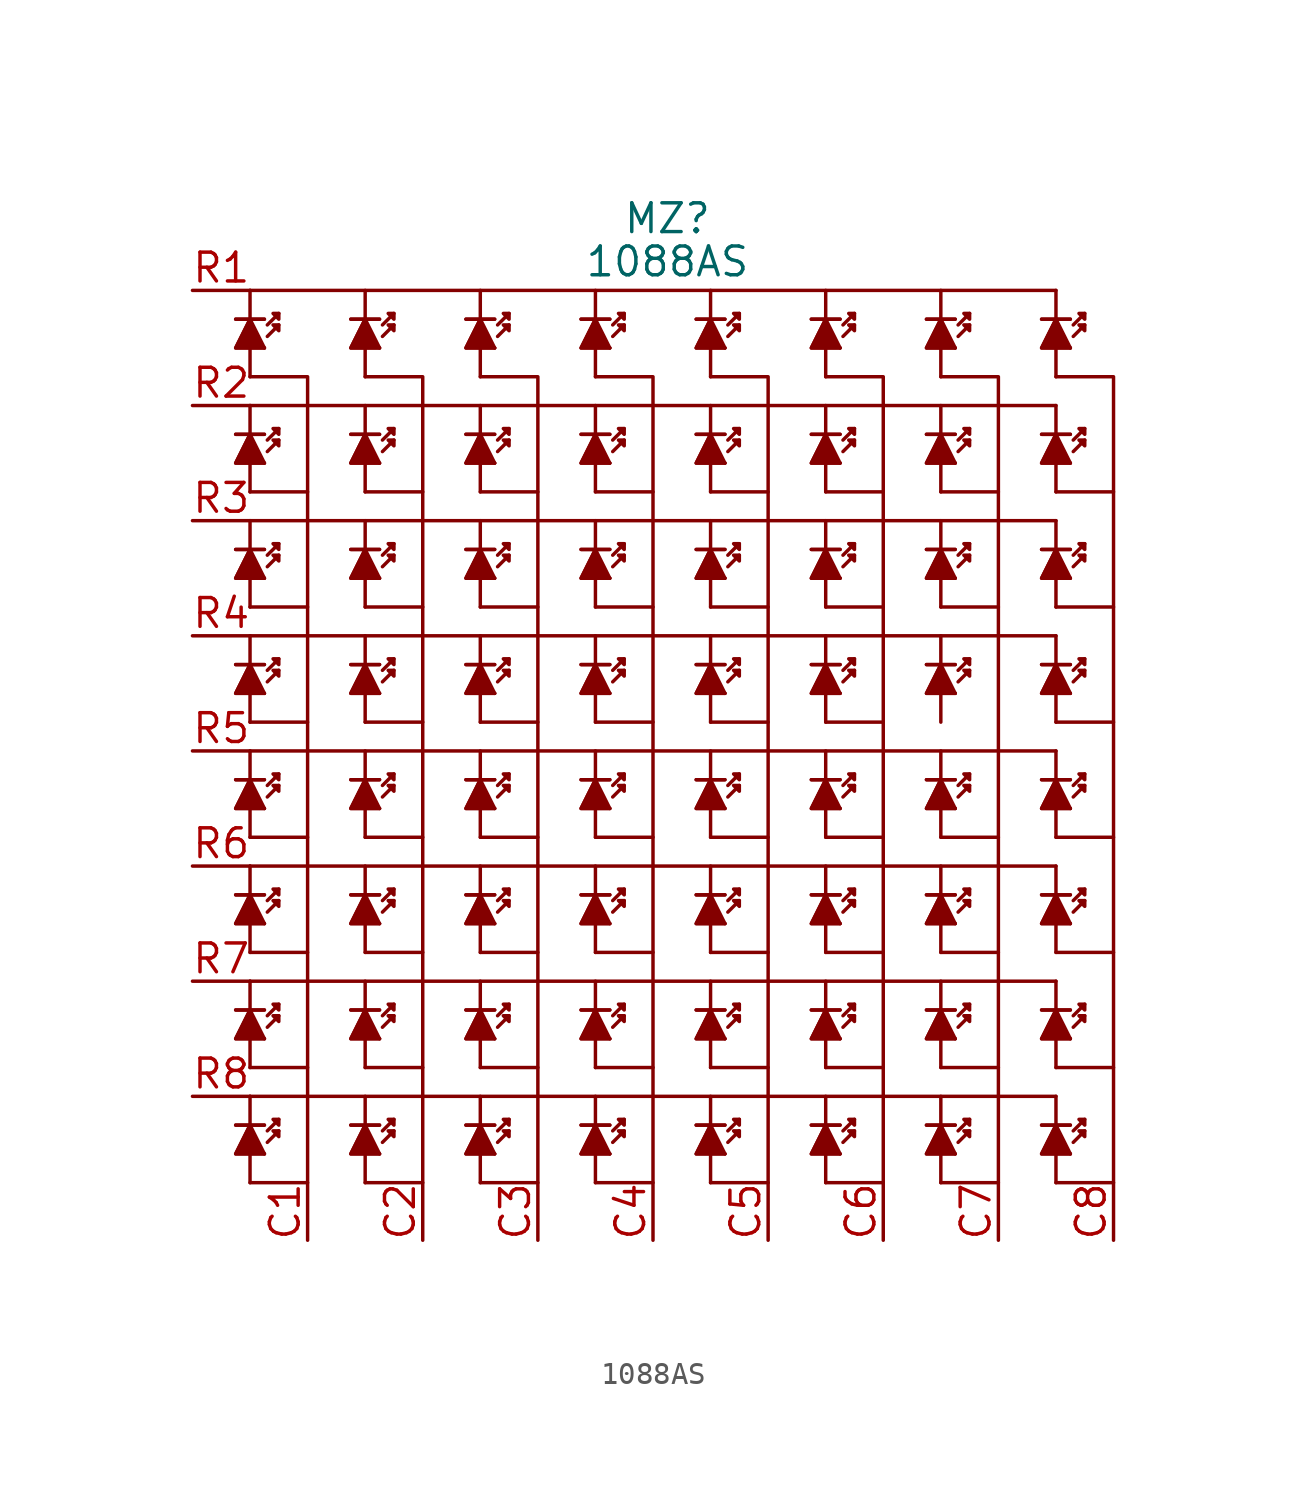
<source format=kicad_sym>
(kicad_symbol_lib
  (version 20231120)
  (generator "kicad_symbol_editor")
  (generator_version "8.0")
  (symbol "1088AS"
    (pin_names
      (offset 1.016))
    (property "Reference" "MZ"
      (at 0.635 23.495 0)
      (effects (font (size 1.27 1.27))))
    (property "Value" "1088AS"
      (at 0.635 21.59 0)
      (effects (font (size 1.27 1.27))))
    (symbol "1088AS_1_1"
      (polyline (pts (xy -17.78 -17.78) (xy -17.78 -19.05)) (stroke (width 0) (type default)) (fill (type none)))
      (polyline (pts (xy -17.78 -15.24) (xy -17.78 -16.51)) (stroke (width 0) (type default)) (fill (type none)))
      (polyline (pts (xy -17.78 -13.97) (xy -15.24 -13.97)) (stroke (width 0) (type default)) (fill (type none)))
      (polyline (pts (xy -17.78 -12.7) (xy -17.78 -13.97)) (stroke (width 0) (type default)) (fill (type none)))
      (polyline (pts (xy -17.78 -10.16) (xy -17.78 -11.43)) (stroke (width 0) (type default)) (fill (type none)))
      (polyline (pts (xy -17.78 -10.16) (xy 17.78 -10.16)) (stroke (width 0) (type default)) (fill (type none)))
      (polyline (pts (xy -17.78 -8.89) (xy -15.24 -8.89)) (stroke (width 0) (type default)) (fill (type none)))
      (polyline (pts (xy -17.78 -7.62) (xy -17.78 -8.89)) (stroke (width 0) (type default)) (fill (type none)))
      (polyline (pts (xy -17.78 -5.08) (xy -17.78 -6.35)) (stroke (width 0) (type default)) (fill (type none)))
      (polyline (pts (xy -17.78 -3.81) (xy -15.24 -3.81)) (stroke (width 0) (type default)) (fill (type none)))
      (polyline (pts (xy -17.78 -2.54) (xy -17.78 -3.81)) (stroke (width 0) (type default)) (fill (type none)))
      (polyline (pts (xy -17.78 0) (xy -17.78 -1.27)) (stroke (width 0) (type default)) (fill (type none)))
      (polyline (pts (xy -17.78 0) (xy 17.78 0)) (stroke (width 0) (type default)) (fill (type none)))
      (polyline (pts (xy -17.78 1.27) (xy -15.24 1.27)) (stroke (width 0) (type default)) (fill (type none)))
      (polyline (pts (xy -17.78 2.54) (xy -17.78 1.27)) (stroke (width 0) (type default)) (fill (type none)))
      (polyline (pts (xy -17.78 5.08) (xy -17.78 3.81)) (stroke (width 0) (type default)) (fill (type none)))
      (polyline (pts (xy -17.78 6.35) (xy -15.24 6.35)) (stroke (width 0) (type default)) (fill (type none)))
      (polyline (pts (xy -17.78 7.62) (xy -17.78 6.35)) (stroke (width 0) (type default)) (fill (type none)))
      (polyline (pts (xy -17.78 10.16) (xy -17.78 8.89)) (stroke (width 0) (type default)) (fill (type none)))
      (polyline (pts (xy -17.78 10.16) (xy 17.78 10.16)) (stroke (width 0) (type default)) (fill (type none)))
      (polyline (pts (xy -17.78 11.43) (xy -15.24 11.43)) (stroke (width 0) (type default)) (fill (type none)))
      (polyline (pts (xy -17.78 12.7) (xy -17.78 11.43)) (stroke (width 0) (type default)) (fill (type none)))
      (polyline (pts (xy -17.78 15.24) (xy -17.78 13.97)) (stroke (width 0) (type default)) (fill (type none)))
      (polyline (pts (xy -17.78 17.78) (xy -17.78 16.51)) (stroke (width 0) (type default)) (fill (type none)))
      (polyline (pts (xy -17.78 20.32) (xy -17.78 19.05)) (stroke (width 0) (type default)) (fill (type none)))
      (polyline (pts (xy -17.78 20.32) (xy 17.78 20.32)) (stroke (width 0) (type default)) (fill (type none)))
      (polyline (pts (xy -17.145 -17.78) (xy -17.78 -16.51)) (stroke (width 0) (type default)) (fill (type none)))
      (polyline (pts (xy -17.145 -12.7) (xy -17.78 -11.43)) (stroke (width 0) (type default)) (fill (type none)))
      (polyline (pts (xy -17.145 -7.62) (xy -17.78 -6.35)) (stroke (width 0) (type default)) (fill (type none)))
      (polyline (pts (xy -17.145 -2.54) (xy -17.78 -1.27)) (stroke (width 0) (type default)) (fill (type none)))
      (polyline (pts (xy -17.145 2.54) (xy -17.78 3.81)) (stroke (width 0) (type default)) (fill (type none)))
      (polyline (pts (xy -17.145 7.62) (xy -17.78 8.89)) (stroke (width 0) (type default)) (fill (type none)))
      (polyline (pts (xy -17.145 12.7) (xy -17.78 13.97)) (stroke (width 0) (type default)) (fill (type none)))
      (polyline (pts (xy -17.145 17.78) (xy -17.78 19.05)) (stroke (width 0) (type default)) (fill (type none)))
      (polyline (pts (xy -12.7 -17.78) (xy -12.7 -19.05)) (stroke (width 0) (type default)) (fill (type none)))
      (polyline (pts (xy -12.7 -15.24) (xy -12.7 -16.51)) (stroke (width 0) (type default)) (fill (type none)))
      (polyline (pts (xy -12.7 -13.97) (xy -10.16 -13.97)) (stroke (width 0) (type default)) (fill (type none)))
      (polyline (pts (xy -12.7 -12.7) (xy -12.7 -13.97)) (stroke (width 0) (type default)) (fill (type none)))
      (polyline (pts (xy -12.7 -10.16) (xy -12.7 -11.43)) (stroke (width 0) (type default)) (fill (type none)))
      (polyline (pts (xy -12.7 -8.89) (xy -10.16 -8.89)) (stroke (width 0) (type default)) (fill (type none)))
      (polyline (pts (xy -12.7 -7.62) (xy -12.7 -8.89)) (stroke (width 0) (type default)) (fill (type none)))
      (polyline (pts (xy -12.7 -5.08) (xy -12.7 -6.35)) (stroke (width 0) (type default)) (fill (type none)))
      (polyline (pts (xy -12.7 -3.81) (xy -10.16 -3.81)) (stroke (width 0) (type default)) (fill (type none)))
      (polyline (pts (xy -12.7 -2.54) (xy -12.7 -3.81)) (stroke (width 0) (type default)) (fill (type none)))
      (polyline (pts (xy -12.7 0) (xy -12.7 -1.27)) (stroke (width 0) (type default)) (fill (type none)))
      (polyline (pts (xy -12.7 1.27) (xy -10.16 1.27)) (stroke (width 0) (type default)) (fill (type none)))
      (polyline (pts (xy -12.7 2.54) (xy -12.7 1.27)) (stroke (width 0) (type default)) (fill (type none)))
      (polyline (pts (xy -12.7 5.08) (xy -12.7 3.81)) (stroke (width 0) (type default)) (fill (type none)))
      (polyline (pts (xy -12.7 6.35) (xy -10.16 6.35)) (stroke (width 0) (type default)) (fill (type none)))
      (polyline (pts (xy -12.7 7.62) (xy -12.7 6.35)) (stroke (width 0) (type default)) (fill (type none)))
      (polyline (pts (xy -12.7 10.16) (xy -12.7 8.89)) (stroke (width 0) (type default)) (fill (type none)))
      (polyline (pts (xy -12.7 11.43) (xy -10.16 11.43)) (stroke (width 0) (type default)) (fill (type none)))
      (polyline (pts (xy -12.7 12.7) (xy -12.7 11.43)) (stroke (width 0) (type default)) (fill (type none)))
      (polyline (pts (xy -12.7 15.24) (xy -12.7 13.97)) (stroke (width 0) (type default)) (fill (type none)))
      (polyline (pts (xy -12.7 17.78) (xy -12.7 16.51)) (stroke (width 0) (type default)) (fill (type none)))
      (polyline (pts (xy -12.7 20.32) (xy -12.7 19.05)) (stroke (width 0) (type default)) (fill (type none)))
      (polyline (pts (xy -12.065 -17.78) (xy -12.7 -16.51)) (stroke (width 0) (type default)) (fill (type none)))
      (polyline (pts (xy -12.065 -12.7) (xy -12.7 -11.43)) (stroke (width 0) (type default)) (fill (type none)))
      (polyline (pts (xy -12.065 -7.62) (xy -12.7 -6.35)) (stroke (width 0) (type default)) (fill (type none)))
      (polyline (pts (xy -12.065 -2.54) (xy -12.7 -1.27)) (stroke (width 0) (type default)) (fill (type none)))
      (polyline (pts (xy -12.065 2.54) (xy -12.7 3.81)) (stroke (width 0) (type default)) (fill (type none)))
      (polyline (pts (xy -12.065 7.62) (xy -12.7 8.89)) (stroke (width 0) (type default)) (fill (type none)))
      (polyline (pts (xy -12.065 12.7) (xy -12.7 13.97)) (stroke (width 0) (type default)) (fill (type none)))
      (polyline (pts (xy -12.065 17.78) (xy -12.7 19.05)) (stroke (width 0) (type default)) (fill (type none)))
      (polyline (pts (xy -7.62 -17.78) (xy -7.62 -19.05)) (stroke (width 0) (type default)) (fill (type none)))
      (polyline (pts (xy -7.62 -15.24) (xy -7.62 -16.51)) (stroke (width 0) (type default)) (fill (type none)))
      (polyline (pts (xy -7.62 -13.97) (xy -5.08 -13.97)) (stroke (width 0) (type default)) (fill (type none)))
      (polyline (pts (xy -7.62 -12.7) (xy -7.62 -13.97)) (stroke (width 0) (type default)) (fill (type none)))
      (polyline (pts (xy -7.62 -10.16) (xy -7.62 -11.43)) (stroke (width 0) (type default)) (fill (type none)))
      (polyline (pts (xy -7.62 -8.89) (xy -5.08 -8.89)) (stroke (width 0) (type default)) (fill (type none)))
      (polyline (pts (xy -7.62 -7.62) (xy -7.62 -8.89)) (stroke (width 0) (type default)) (fill (type none)))
      (polyline (pts (xy -7.62 -5.08) (xy -7.62 -6.35)) (stroke (width 0) (type default)) (fill (type none)))
      (polyline (pts (xy -7.62 -3.81) (xy -5.08 -3.81)) (stroke (width 0) (type default)) (fill (type none)))
      (polyline (pts (xy -7.62 -2.54) (xy -7.62 -3.81)) (stroke (width 0) (type default)) (fill (type none)))
      (polyline (pts (xy -7.62 0) (xy -7.62 -1.27)) (stroke (width 0) (type default)) (fill (type none)))
      (polyline (pts (xy -7.62 1.27) (xy -5.08 1.27)) (stroke (width 0) (type default)) (fill (type none)))
      (polyline (pts (xy -7.62 2.54) (xy -7.62 1.27)) (stroke (width 0) (type default)) (fill (type none)))
      (polyline (pts (xy -7.62 5.08) (xy -7.62 3.81)) (stroke (width 0) (type default)) (fill (type none)))
      (polyline (pts (xy -7.62 6.35) (xy -5.08 6.35)) (stroke (width 0) (type default)) (fill (type none)))
      (polyline (pts (xy -7.62 7.62) (xy -7.62 6.35)) (stroke (width 0) (type default)) (fill (type none)))
      (polyline (pts (xy -7.62 10.16) (xy -7.62 8.89)) (stroke (width 0) (type default)) (fill (type none)))
      (polyline (pts (xy -7.62 11.43) (xy -5.08 11.43)) (stroke (width 0) (type default)) (fill (type none)))
      (polyline (pts (xy -7.62 12.7) (xy -7.62 11.43)) (stroke (width 0) (type default)) (fill (type none)))
      (polyline (pts (xy -7.62 15.24) (xy -7.62 13.97)) (stroke (width 0) (type default)) (fill (type none)))
      (polyline (pts (xy -7.62 17.78) (xy -7.62 16.51)) (stroke (width 0) (type default)) (fill (type none)))
      (polyline (pts (xy -7.62 20.32) (xy -7.62 19.05)) (stroke (width 0) (type default)) (fill (type none)))
      (polyline (pts (xy -6.985 -17.78) (xy -7.62 -16.51)) (stroke (width 0) (type default)) (fill (type none)))
      (polyline (pts (xy -6.985 -12.7) (xy -7.62 -11.43)) (stroke (width 0) (type default)) (fill (type none)))
      (polyline (pts (xy -6.985 -7.62) (xy -7.62 -6.35)) (stroke (width 0) (type default)) (fill (type none)))
      (polyline (pts (xy -6.985 -2.54) (xy -7.62 -1.27)) (stroke (width 0) (type default)) (fill (type none)))
      (polyline (pts (xy -6.985 2.54) (xy -7.62 3.81)) (stroke (width 0) (type default)) (fill (type none)))
      (polyline (pts (xy -6.985 7.62) (xy -7.62 8.89)) (stroke (width 0) (type default)) (fill (type none)))
      (polyline (pts (xy -6.985 12.7) (xy -7.62 13.97)) (stroke (width 0) (type default)) (fill (type none)))
      (polyline (pts (xy -6.985 17.78) (xy -7.62 19.05)) (stroke (width 0) (type default)) (fill (type none)))
      (polyline (pts (xy -2.54 -17.78) (xy -2.54 -19.05)) (stroke (width 0) (type default)) (fill (type none)))
      (polyline (pts (xy -2.54 -15.24) (xy -2.54 -16.51)) (stroke (width 0) (type default)) (fill (type none)))
      (polyline (pts (xy -2.54 -13.97) (xy 0 -13.97)) (stroke (width 0) (type default)) (fill (type none)))
      (polyline (pts (xy -2.54 -12.7) (xy -2.54 -13.97)) (stroke (width 0) (type default)) (fill (type none)))
      (polyline (pts (xy -2.54 -10.16) (xy -2.54 -11.43)) (stroke (width 0) (type default)) (fill (type none)))
      (polyline (pts (xy -2.54 -8.89) (xy 0 -8.89)) (stroke (width 0) (type default)) (fill (type none)))
      (polyline (pts (xy -2.54 -7.62) (xy -2.54 -8.89)) (stroke (width 0) (type default)) (fill (type none)))
      (polyline (pts (xy -2.54 -5.08) (xy -2.54 -6.35)) (stroke (width 0) (type default)) (fill (type none)))
      (polyline (pts (xy -2.54 -3.81) (xy 0 -3.81)) (stroke (width 0) (type default)) (fill (type none)))
      (polyline (pts (xy -2.54 -2.54) (xy -2.54 -3.81)) (stroke (width 0) (type default)) (fill (type none)))
      (polyline (pts (xy -2.54 0) (xy -2.54 -1.27)) (stroke (width 0) (type default)) (fill (type none)))
      (polyline (pts (xy -2.54 1.27) (xy 0 1.27)) (stroke (width 0) (type default)) (fill (type none)))
      (polyline (pts (xy -2.54 2.54) (xy -2.54 1.27)) (stroke (width 0) (type default)) (fill (type none)))
      (polyline (pts (xy -2.54 5.08) (xy -2.54 3.81)) (stroke (width 0) (type default)) (fill (type none)))
      (polyline (pts (xy -2.54 6.35) (xy 0 6.35)) (stroke (width 0) (type default)) (fill (type none)))
      (polyline (pts (xy -2.54 7.62) (xy -2.54 6.35)) (stroke (width 0) (type default)) (fill (type none)))
      (polyline (pts (xy -2.54 10.16) (xy -2.54 8.89)) (stroke (width 0) (type default)) (fill (type none)))
      (polyline (pts (xy -2.54 11.43) (xy 0 11.43)) (stroke (width 0) (type default)) (fill (type none)))
      (polyline (pts (xy -2.54 12.7) (xy -2.54 11.43)) (stroke (width 0) (type default)) (fill (type none)))
      (polyline (pts (xy -2.54 15.24) (xy -2.54 13.97)) (stroke (width 0) (type default)) (fill (type none)))
      (polyline (pts (xy -2.54 17.78) (xy -2.54 16.51)) (stroke (width 0) (type default)) (fill (type none)))
      (polyline (pts (xy -2.54 20.32) (xy -2.54 19.05)) (stroke (width 0) (type default)) (fill (type none)))
      (polyline (pts (xy -1.905 -17.78) (xy -2.54 -16.51)) (stroke (width 0) (type default)) (fill (type none)))
      (polyline (pts (xy -1.905 -12.7) (xy -2.54 -11.43)) (stroke (width 0) (type default)) (fill (type none)))
      (polyline (pts (xy -1.905 -7.62) (xy -2.54 -6.35)) (stroke (width 0) (type default)) (fill (type none)))
      (polyline (pts (xy -1.905 -2.54) (xy -2.54 -1.27)) (stroke (width 0) (type default)) (fill (type none)))
      (polyline (pts (xy -1.905 2.54) (xy -2.54 3.81)) (stroke (width 0) (type default)) (fill (type none)))
      (polyline (pts (xy -1.905 7.62) (xy -2.54 8.89)) (stroke (width 0) (type default)) (fill (type none)))
      (polyline (pts (xy -1.905 12.7) (xy -2.54 13.97)) (stroke (width 0) (type default)) (fill (type none)))
      (polyline (pts (xy -1.905 17.78) (xy -2.54 19.05)) (stroke (width 0) (type default)) (fill (type none)))
      (polyline (pts (xy 2.54 -17.78) (xy 2.54 -19.05)) (stroke (width 0) (type default)) (fill (type none)))
      (polyline (pts (xy 2.54 -15.24) (xy 2.54 -16.51)) (stroke (width 0) (type default)) (fill (type none)))
      (polyline (pts (xy 2.54 -13.97) (xy 5.08 -13.97)) (stroke (width 0) (type default)) (fill (type none)))
      (polyline (pts (xy 2.54 -12.7) (xy 2.54 -13.97)) (stroke (width 0) (type default)) (fill (type none)))
      (polyline (pts (xy 2.54 -10.16) (xy 2.54 -11.43)) (stroke (width 0) (type default)) (fill (type none)))
      (polyline (pts (xy 2.54 -8.89) (xy 5.08 -8.89)) (stroke (width 0) (type default)) (fill (type none)))
      (polyline (pts (xy 2.54 -7.62) (xy 2.54 -8.89)) (stroke (width 0) (type default)) (fill (type none)))
      (polyline (pts (xy 2.54 -5.08) (xy 2.54 -6.35)) (stroke (width 0) (type default)) (fill (type none)))
      (polyline (pts (xy 2.54 -3.81) (xy 5.08 -3.81)) (stroke (width 0) (type default)) (fill (type none)))
      (polyline (pts (xy 2.54 -2.54) (xy 2.54 -3.81)) (stroke (width 0) (type default)) (fill (type none)))
      (polyline (pts (xy 2.54 0) (xy 2.54 -1.27)) (stroke (width 0) (type default)) (fill (type none)))
      (polyline (pts (xy 2.54 1.27) (xy 5.08 1.27)) (stroke (width 0) (type default)) (fill (type none)))
      (polyline (pts (xy 2.54 2.54) (xy 2.54 1.27)) (stroke (width 0) (type default)) (fill (type none)))
      (polyline (pts (xy 2.54 5.08) (xy 2.54 3.81)) (stroke (width 0) (type default)) (fill (type none)))
      (polyline (pts (xy 2.54 6.35) (xy 5.08 6.35)) (stroke (width 0) (type default)) (fill (type none)))
      (polyline (pts (xy 2.54 7.62) (xy 2.54 6.35)) (stroke (width 0) (type default)) (fill (type none)))
      (polyline (pts (xy 2.54 10.16) (xy 2.54 8.89)) (stroke (width 0) (type default)) (fill (type none)))
      (polyline (pts (xy 2.54 11.43) (xy 5.08 11.43)) (stroke (width 0) (type default)) (fill (type none)))
      (polyline (pts (xy 2.54 12.7) (xy 2.54 11.43)) (stroke (width 0) (type default)) (fill (type none)))
      (polyline (pts (xy 2.54 15.24) (xy 2.54 13.97)) (stroke (width 0) (type default)) (fill (type none)))
      (polyline (pts (xy 2.54 17.78) (xy 2.54 16.51)) (stroke (width 0) (type default)) (fill (type none)))
      (polyline (pts (xy 2.54 20.32) (xy 2.54 19.05)) (stroke (width 0) (type default)) (fill (type none)))
      (polyline (pts (xy 3.175 -17.78) (xy 2.54 -16.51)) (stroke (width 0) (type default)) (fill (type none)))
      (polyline (pts (xy 3.175 -12.7) (xy 2.54 -11.43)) (stroke (width 0) (type default)) (fill (type none)))
      (polyline (pts (xy 3.175 -7.62) (xy 2.54 -6.35)) (stroke (width 0) (type default)) (fill (type none)))
      (polyline (pts (xy 3.175 -2.54) (xy 2.54 -1.27)) (stroke (width 0) (type default)) (fill (type none)))
      (polyline (pts (xy 3.175 2.54) (xy 2.54 3.81)) (stroke (width 0) (type default)) (fill (type none)))
      (polyline (pts (xy 3.175 7.62) (xy 2.54 8.89)) (stroke (width 0) (type default)) (fill (type none)))
      (polyline (pts (xy 3.175 12.7) (xy 2.54 13.97)) (stroke (width 0) (type default)) (fill (type none)))
      (polyline (pts (xy 3.175 17.78) (xy 2.54 19.05)) (stroke (width 0) (type default)) (fill (type none)))
      (polyline (pts (xy 7.62 -17.78) (xy 7.62 -19.05)) (stroke (width 0) (type default)) (fill (type none)))
      (polyline (pts (xy 7.62 -15.24) (xy 7.62 -16.51)) (stroke (width 0) (type default)) (fill (type none)))
      (polyline (pts (xy 7.62 -13.97) (xy 10.16 -13.97)) (stroke (width 0) (type default)) (fill (type none)))
      (polyline (pts (xy 7.62 -12.7) (xy 7.62 -13.97)) (stroke (width 0) (type default)) (fill (type none)))
      (polyline (pts (xy 7.62 -10.16) (xy 7.62 -11.43)) (stroke (width 0) (type default)) (fill (type none)))
      (polyline (pts (xy 7.62 -8.89) (xy 10.16 -8.89)) (stroke (width 0) (type default)) (fill (type none)))
      (polyline (pts (xy 7.62 -7.62) (xy 7.62 -8.89)) (stroke (width 0) (type default)) (fill (type none)))
      (polyline (pts (xy 7.62 -5.08) (xy 7.62 -6.35)) (stroke (width 0) (type default)) (fill (type none)))
      (polyline (pts (xy 7.62 -3.81) (xy 10.16 -3.81)) (stroke (width 0) (type default)) (fill (type none)))
      (polyline (pts (xy 7.62 -2.54) (xy 7.62 -3.81)) (stroke (width 0) (type default)) (fill (type none)))
      (polyline (pts (xy 7.62 0) (xy 7.62 -1.27)) (stroke (width 0) (type default)) (fill (type none)))
      (polyline (pts (xy 7.62 1.27) (xy 10.16 1.27)) (stroke (width 0) (type default)) (fill (type none)))
      (polyline (pts (xy 7.62 2.54) (xy 7.62 1.27)) (stroke (width 0) (type default)) (fill (type none)))
      (polyline (pts (xy 7.62 5.08) (xy 7.62 3.81)) (stroke (width 0) (type default)) (fill (type none)))
      (polyline (pts (xy 7.62 6.35) (xy 10.16 6.35)) (stroke (width 0) (type default)) (fill (type none)))
      (polyline (pts (xy 7.62 7.62) (xy 7.62 6.35)) (stroke (width 0) (type default)) (fill (type none)))
      (polyline (pts (xy 7.62 10.16) (xy 7.62 8.89)) (stroke (width 0) (type default)) (fill (type none)))
      (polyline (pts (xy 7.62 11.43) (xy 10.16 11.43)) (stroke (width 0) (type default)) (fill (type none)))
      (polyline (pts (xy 7.62 12.7) (xy 7.62 11.43)) (stroke (width 0) (type default)) (fill (type none)))
      (polyline (pts (xy 7.62 15.24) (xy 7.62 13.97)) (stroke (width 0) (type default)) (fill (type none)))
      (polyline (pts (xy 7.62 17.78) (xy 7.62 16.51)) (stroke (width 0) (type default)) (fill (type none)))
      (polyline (pts (xy 7.62 20.32) (xy 7.62 19.05)) (stroke (width 0) (type default)) (fill (type none)))
      (polyline (pts (xy 8.255 -17.78) (xy 7.62 -16.51)) (stroke (width 0) (type default)) (fill (type none)))
      (polyline (pts (xy 8.255 -12.7) (xy 7.62 -11.43)) (stroke (width 0) (type default)) (fill (type none)))
      (polyline (pts (xy 8.255 -7.62) (xy 7.62 -6.35)) (stroke (width 0) (type default)) (fill (type none)))
      (polyline (pts (xy 8.255 -2.54) (xy 7.62 -1.27)) (stroke (width 0) (type default)) (fill (type none)))
      (polyline (pts (xy 8.255 2.54) (xy 7.62 3.81)) (stroke (width 0) (type default)) (fill (type none)))
      (polyline (pts (xy 8.255 7.62) (xy 7.62 8.89)) (stroke (width 0) (type default)) (fill (type none)))
      (polyline (pts (xy 8.255 12.7) (xy 7.62 13.97)) (stroke (width 0) (type default)) (fill (type none)))
      (polyline (pts (xy 8.255 17.78) (xy 7.62 19.05)) (stroke (width 0) (type default)) (fill (type none)))
      (polyline (pts (xy 12.7 -17.78) (xy 12.7 -19.05)) (stroke (width 0) (type default)) (fill (type none)))
      (polyline (pts (xy 12.7 -15.24) (xy 12.7 -16.51)) (stroke (width 0) (type default)) (fill (type none)))
      (polyline (pts (xy 12.7 -13.97) (xy 15.24 -13.97)) (stroke (width 0) (type default)) (fill (type none)))
      (polyline (pts (xy 12.7 -12.7) (xy 12.7 -13.97)) (stroke (width 0) (type default)) (fill (type none)))
      (polyline (pts (xy 12.7 -10.16) (xy 12.7 -11.43)) (stroke (width 0) (type default)) (fill (type none)))
      (polyline (pts (xy 12.7 -8.89) (xy 15.24 -8.89)) (stroke (width 0) (type default)) (fill (type none)))
      (polyline (pts (xy 12.7 -7.62) (xy 12.7 -8.89)) (stroke (width 0) (type default)) (fill (type none)))
      (polyline (pts (xy 12.7 -5.08) (xy 12.7 -6.35)) (stroke (width 0) (type default)) (fill (type none)))
      (polyline (pts (xy 12.7 -2.54) (xy 12.7 -3.81)) (stroke (width 0) (type default)) (fill (type none)))
      (polyline (pts (xy 12.7 0) (xy 12.7 -1.27)) (stroke (width 0) (type default)) (fill (type none)))
      (polyline (pts (xy 12.7 2.54) (xy 12.7 1.27)) (stroke (width 0) (type default)) (fill (type none)))
      (polyline (pts (xy 12.7 5.08) (xy 12.7 3.81)) (stroke (width 0) (type default)) (fill (type none)))
      (polyline (pts (xy 12.7 6.35) (xy 15.24 6.35)) (stroke (width 0) (type default)) (fill (type none)))
      (polyline (pts (xy 12.7 7.62) (xy 12.7 6.35)) (stroke (width 0) (type default)) (fill (type none)))
      (polyline (pts (xy 12.7 10.16) (xy 12.7 8.89)) (stroke (width 0) (type default)) (fill (type none)))
      (polyline (pts (xy 12.7 11.43) (xy 15.24 11.43)) (stroke (width 0) (type default)) (fill (type none)))
      (polyline (pts (xy 12.7 12.7) (xy 12.7 11.43)) (stroke (width 0) (type default)) (fill (type none)))
      (polyline (pts (xy 12.7 15.24) (xy 12.7 13.97)) (stroke (width 0) (type default)) (fill (type none)))
      (polyline (pts (xy 12.7 17.78) (xy 12.7 16.51)) (stroke (width 0) (type default)) (fill (type none)))
      (polyline (pts (xy 12.7 20.32) (xy 12.7 19.05)) (stroke (width 0) (type default)) (fill (type none)))
      (polyline (pts (xy 13.335 -17.78) (xy 12.7 -16.51)) (stroke (width 0) (type default)) (fill (type none)))
      (polyline (pts (xy 13.335 -12.7) (xy 12.7 -11.43)) (stroke (width 0) (type default)) (fill (type none)))
      (polyline (pts (xy 13.335 -7.62) (xy 12.7 -6.35)) (stroke (width 0) (type default)) (fill (type none)))
      (polyline (pts (xy 13.335 -2.54) (xy 12.7 -1.27)) (stroke (width 0) (type default)) (fill (type none)))
      (polyline (pts (xy 13.335 2.54) (xy 12.7 3.81)) (stroke (width 0) (type default)) (fill (type none)))
      (polyline (pts (xy 13.335 7.62) (xy 12.7 8.89)) (stroke (width 0) (type default)) (fill (type none)))
      (polyline (pts (xy 13.335 12.7) (xy 12.7 13.97)) (stroke (width 0) (type default)) (fill (type none)))
      (polyline (pts (xy 13.335 17.78) (xy 12.7 19.05)) (stroke (width 0) (type default)) (fill (type none)))
      (polyline (pts (xy 15.24 -3.81) (xy 12.7 -3.81)) (stroke (width 0) (type default)) (fill (type none)))
      (polyline (pts (xy 17.78 -17.78) (xy 17.78 -19.05)) (stroke (width 0) (type default)) (fill (type none)))
      (polyline (pts (xy 17.78 -15.24) (xy -17.78 -15.24)) (stroke (width 0) (type default)) (fill (type none)))
      (polyline (pts (xy 17.78 -15.24) (xy 17.78 -16.51)) (stroke (width 0) (type default)) (fill (type none)))
      (polyline (pts (xy 17.78 -13.97) (xy 20.32 -13.97)) (stroke (width 0) (type default)) (fill (type none)))
      (polyline (pts (xy 17.78 -12.7) (xy 17.78 -13.97)) (stroke (width 0) (type default)) (fill (type none)))
      (polyline (pts (xy 17.78 -10.16) (xy 17.78 -11.43)) (stroke (width 0) (type default)) (fill (type none)))
      (polyline (pts (xy 17.78 -8.89) (xy 20.32 -8.89)) (stroke (width 0) (type default)) (fill (type none)))
      (polyline (pts (xy 17.78 -7.62) (xy 17.78 -8.89)) (stroke (width 0) (type default)) (fill (type none)))
      (polyline (pts (xy 17.78 -5.08) (xy -17.78 -5.08)) (stroke (width 0) (type default)) (fill (type none)))
      (polyline (pts (xy 17.78 -5.08) (xy 17.78 -6.35)) (stroke (width 0) (type default)) (fill (type none)))
      (polyline (pts (xy 17.78 -3.81) (xy 20.32 -3.81)) (stroke (width 0) (type default)) (fill (type none)))
      (polyline (pts (xy 17.78 -2.54) (xy 17.78 -3.81)) (stroke (width 0) (type default)) (fill (type none)))
      (polyline (pts (xy 17.78 0) (xy 17.78 -1.27)) (stroke (width 0) (type default)) (fill (type none)))
      (polyline (pts (xy 17.78 1.27) (xy 20.32 1.27)) (stroke (width 0) (type default)) (fill (type none)))
      (polyline (pts (xy 17.78 2.54) (xy 17.78 1.27)) (stroke (width 0) (type default)) (fill (type none)))
      (polyline (pts (xy 17.78 5.08) (xy -17.78 5.08)) (stroke (width 0) (type default)) (fill (type none)))
      (polyline (pts (xy 17.78 5.08) (xy 17.78 3.81)) (stroke (width 0) (type default)) (fill (type none)))
      (polyline (pts (xy 17.78 6.35) (xy 20.32 6.35)) (stroke (width 0) (type default)) (fill (type none)))
      (polyline (pts (xy 17.78 7.62) (xy 17.78 6.35)) (stroke (width 0) (type default)) (fill (type none)))
      (polyline (pts (xy 17.78 10.16) (xy 17.78 8.89)) (stroke (width 0) (type default)) (fill (type none)))
      (polyline (pts (xy 17.78 11.43) (xy 20.32 11.43)) (stroke (width 0) (type default)) (fill (type none)))
      (polyline (pts (xy 17.78 12.7) (xy 17.78 11.43)) (stroke (width 0) (type default)) (fill (type none)))
      (polyline (pts (xy 17.78 15.24) (xy -17.78 15.24)) (stroke (width 0) (type default)) (fill (type none)))
      (polyline (pts (xy 17.78 15.24) (xy 17.78 13.97)) (stroke (width 0) (type default)) (fill (type none)))
      (polyline (pts (xy 17.78 17.78) (xy 17.78 16.51)) (stroke (width 0) (type default)) (fill (type none)))
      (polyline (pts (xy 17.78 20.32) (xy 17.78 19.05)) (stroke (width 0) (type default)) (fill (type none)))
      (polyline (pts (xy 18.415 -17.78) (xy 17.78 -16.51)) (stroke (width 0) (type default)) (fill (type none)))
      (polyline (pts (xy 18.415 -12.7) (xy 17.78 -11.43)) (stroke (width 0) (type default)) (fill (type none)))
      (polyline (pts (xy 18.415 -7.62) (xy 17.78 -6.35)) (stroke (width 0) (type default)) (fill (type none)))
      (polyline (pts (xy 18.415 -2.54) (xy 17.78 -1.27)) (stroke (width 0) (type default)) (fill (type none)))
      (polyline (pts (xy 18.415 2.54) (xy 17.78 3.81)) (stroke (width 0) (type default)) (fill (type none)))
      (polyline (pts (xy 18.415 7.62) (xy 17.78 8.89)) (stroke (width 0) (type default)) (fill (type none)))
      (polyline (pts (xy 18.415 12.7) (xy 17.78 13.97)) (stroke (width 0) (type default)) (fill (type none)))
      (polyline (pts (xy 18.415 17.78) (xy 17.78 19.05)) (stroke (width 0) (type default)) (fill (type none)))
      (polyline (pts (xy -17.145 -16.51) (xy -18.415 -16.51) (xy -18.415 -16.51)) (stroke (width 0) (type default)) (fill (type none)))
      (polyline (pts (xy -17.145 -16.51) (xy -18.415 -16.51) (xy -18.415 -16.51)) (stroke (width 0) (type default)) (fill (type none)))
      (polyline (pts (xy -17.145 -11.43) (xy -18.415 -11.43) (xy -18.415 -11.43)) (stroke (width 0) (type default)) (fill (type none)))
      (polyline (pts (xy -17.145 -11.43) (xy -18.415 -11.43) (xy -18.415 -11.43)) (stroke (width 0) (type default)) (fill (type none)))
      (polyline (pts (xy -17.145 -6.35) (xy -18.415 -6.35) (xy -18.415 -6.35)) (stroke (width 0) (type default)) (fill (type none)))
      (polyline (pts (xy -17.145 -6.35) (xy -18.415 -6.35) (xy -18.415 -6.35)) (stroke (width 0) (type default)) (fill (type none)))
      (polyline (pts (xy -17.145 -1.27) (xy -18.415 -1.27) (xy -18.415 -1.27)) (stroke (width 0) (type default)) (fill (type none)))
      (polyline (pts (xy -17.145 -1.27) (xy -18.415 -1.27) (xy -18.415 -1.27)) (stroke (width 0) (type default)) (fill (type none)))
      (polyline (pts (xy -17.145 3.81) (xy -18.415 3.81) (xy -18.415 3.81)) (stroke (width 0) (type default)) (fill (type none)))
      (polyline (pts (xy -17.145 3.81) (xy -18.415 3.81) (xy -18.415 3.81)) (stroke (width 0) (type default)) (fill (type none)))
      (polyline (pts (xy -17.145 8.89) (xy -18.415 8.89) (xy -18.415 8.89)) (stroke (width 0) (type default)) (fill (type none)))
      (polyline (pts (xy -17.145 8.89) (xy -18.415 8.89) (xy -18.415 8.89)) (stroke (width 0) (type default)) (fill (type none)))
      (polyline (pts (xy -17.145 13.97) (xy -18.415 13.97) (xy -18.415 13.97)) (stroke (width 0) (type default)) (fill (type none)))
      (polyline (pts (xy -17.145 13.97) (xy -18.415 13.97) (xy -18.415 13.97)) (stroke (width 0) (type default)) (fill (type none)))
      (polyline (pts (xy -17.145 19.05) (xy -18.415 19.05) (xy -18.415 19.05)) (stroke (width 0) (type default)) (fill (type none)))
      (polyline (pts (xy -17.145 19.05) (xy -18.415 19.05) (xy -18.415 19.05)) (stroke (width 0) (type default)) (fill (type none)))
      (polyline (pts (xy -17.018 -17.272) (xy -16.51 -16.764) (xy -16.51 -16.764)) (stroke (width 0) (type default)) (fill (type none)))
      (polyline (pts (xy -17.018 -16.764) (xy -16.51 -16.256) (xy -16.51 -16.256)) (stroke (width 0) (type default)) (fill (type none)))
      (polyline (pts (xy -17.018 -12.192) (xy -16.51 -11.684) (xy -16.51 -11.684)) (stroke (width 0) (type default)) (fill (type none)))
      (polyline (pts (xy -17.018 -11.684) (xy -16.51 -11.176) (xy -16.51 -11.176)) (stroke (width 0) (type default)) (fill (type none)))
      (polyline (pts (xy -17.018 -7.112) (xy -16.51 -6.604) (xy -16.51 -6.604)) (stroke (width 0) (type default)) (fill (type none)))
      (polyline (pts (xy -17.018 -6.604) (xy -16.51 -6.096) (xy -16.51 -6.096)) (stroke (width 0) (type default)) (fill (type none)))
      (polyline (pts (xy -17.018 -2.032) (xy -16.51 -1.524) (xy -16.51 -1.524)) (stroke (width 0) (type default)) (fill (type none)))
      (polyline (pts (xy -17.018 -1.524) (xy -16.51 -1.016) (xy -16.51 -1.016)) (stroke (width 0) (type default)) (fill (type none)))
      (polyline (pts (xy -17.018 3.048) (xy -16.51 3.556) (xy -16.51 3.556)) (stroke (width 0) (type default)) (fill (type none)))
      (polyline (pts (xy -17.018 3.556) (xy -16.51 4.064) (xy -16.51 4.064)) (stroke (width 0) (type default)) (fill (type none)))
      (polyline (pts (xy -17.018 8.128) (xy -16.51 8.636) (xy -16.51 8.636)) (stroke (width 0) (type default)) (fill (type none)))
      (polyline (pts (xy -17.018 8.636) (xy -16.51 9.144) (xy -16.51 9.144)) (stroke (width 0) (type default)) (fill (type none)))
      (polyline (pts (xy -17.018 13.208) (xy -16.51 13.716) (xy -16.51 13.716)) (stroke (width 0) (type default)) (fill (type none)))
      (polyline (pts (xy -17.018 13.716) (xy -16.51 14.224) (xy -16.51 14.224)) (stroke (width 0) (type default)) (fill (type none)))
      (polyline (pts (xy -17.018 18.288) (xy -16.51 18.796) (xy -16.51 18.796)) (stroke (width 0) (type default)) (fill (type none)))
      (polyline (pts (xy -17.018 18.796) (xy -16.51 19.304) (xy -16.51 19.304)) (stroke (width 0) (type default)) (fill (type none)))
      (polyline (pts (xy -12.065 -16.51) (xy -13.335 -16.51) (xy -13.335 -16.51)) (stroke (width 0) (type default)) (fill (type none)))
      (polyline (pts (xy -12.065 -16.51) (xy -13.335 -16.51) (xy -13.335 -16.51)) (stroke (width 0) (type default)) (fill (type none)))
      (polyline (pts (xy -12.065 -11.43) (xy -13.335 -11.43) (xy -13.335 -11.43)) (stroke (width 0) (type default)) (fill (type none)))
      (polyline (pts (xy -12.065 -11.43) (xy -13.335 -11.43) (xy -13.335 -11.43)) (stroke (width 0) (type default)) (fill (type none)))
      (polyline (pts (xy -12.065 -6.35) (xy -13.335 -6.35) (xy -13.335 -6.35)) (stroke (width 0) (type default)) (fill (type none)))
      (polyline (pts (xy -12.065 -6.35) (xy -13.335 -6.35) (xy -13.335 -6.35)) (stroke (width 0) (type default)) (fill (type none)))
      (polyline (pts (xy -12.065 -1.27) (xy -13.335 -1.27) (xy -13.335 -1.27)) (stroke (width 0) (type default)) (fill (type none)))
      (polyline (pts (xy -12.065 -1.27) (xy -13.335 -1.27) (xy -13.335 -1.27)) (stroke (width 0) (type default)) (fill (type none)))
      (polyline (pts (xy -12.065 3.81) (xy -13.335 3.81) (xy -13.335 3.81)) (stroke (width 0) (type default)) (fill (type none)))
      (polyline (pts (xy -12.065 3.81) (xy -13.335 3.81) (xy -13.335 3.81)) (stroke (width 0) (type default)) (fill (type none)))
      (polyline (pts (xy -12.065 8.89) (xy -13.335 8.89) (xy -13.335 8.89)) (stroke (width 0) (type default)) (fill (type none)))
      (polyline (pts (xy -12.065 8.89) (xy -13.335 8.89) (xy -13.335 8.89)) (stroke (width 0) (type default)) (fill (type none)))
      (polyline (pts (xy -12.065 13.97) (xy -13.335 13.97) (xy -13.335 13.97)) (stroke (width 0) (type default)) (fill (type none)))
      (polyline (pts (xy -12.065 13.97) (xy -13.335 13.97) (xy -13.335 13.97)) (stroke (width 0) (type default)) (fill (type none)))
      (polyline (pts (xy -12.065 19.05) (xy -13.335 19.05) (xy -13.335 19.05)) (stroke (width 0) (type default)) (fill (type none)))
      (polyline (pts (xy -12.065 19.05) (xy -13.335 19.05) (xy -13.335 19.05)) (stroke (width 0) (type default)) (fill (type none)))
      (polyline (pts (xy -11.938 -17.272) (xy -11.43 -16.764) (xy -11.43 -16.764)) (stroke (width 0) (type default)) (fill (type none)))
      (polyline (pts (xy -11.938 -16.764) (xy -11.43 -16.256) (xy -11.43 -16.256)) (stroke (width 0) (type default)) (fill (type none)))
      (polyline (pts (xy -11.938 -12.192) (xy -11.43 -11.684) (xy -11.43 -11.684)) (stroke (width 0) (type default)) (fill (type none)))
      (polyline (pts (xy -11.938 -11.684) (xy -11.43 -11.176) (xy -11.43 -11.176)) (stroke (width 0) (type default)) (fill (type none)))
      (polyline (pts (xy -11.938 -7.112) (xy -11.43 -6.604) (xy -11.43 -6.604)) (stroke (width 0) (type default)) (fill (type none)))
      (polyline (pts (xy -11.938 -6.604) (xy -11.43 -6.096) (xy -11.43 -6.096)) (stroke (width 0) (type default)) (fill (type none)))
      (polyline (pts (xy -11.938 -2.032) (xy -11.43 -1.524) (xy -11.43 -1.524)) (stroke (width 0) (type default)) (fill (type none)))
      (polyline (pts (xy -11.938 -1.524) (xy -11.43 -1.016) (xy -11.43 -1.016)) (stroke (width 0) (type default)) (fill (type none)))
      (polyline (pts (xy -11.938 3.048) (xy -11.43 3.556) (xy -11.43 3.556)) (stroke (width 0) (type default)) (fill (type none)))
      (polyline (pts (xy -11.938 3.556) (xy -11.43 4.064) (xy -11.43 4.064)) (stroke (width 0) (type default)) (fill (type none)))
      (polyline (pts (xy -11.938 8.128) (xy -11.43 8.636) (xy -11.43 8.636)) (stroke (width 0) (type default)) (fill (type none)))
      (polyline (pts (xy -11.938 8.636) (xy -11.43 9.144) (xy -11.43 9.144)) (stroke (width 0) (type default)) (fill (type none)))
      (polyline (pts (xy -11.938 13.208) (xy -11.43 13.716) (xy -11.43 13.716)) (stroke (width 0) (type default)) (fill (type none)))
      (polyline (pts (xy -11.938 13.716) (xy -11.43 14.224) (xy -11.43 14.224)) (stroke (width 0) (type default)) (fill (type none)))
      (polyline (pts (xy -11.938 18.288) (xy -11.43 18.796) (xy -11.43 18.796)) (stroke (width 0) (type default)) (fill (type none)))
      (polyline (pts (xy -11.938 18.796) (xy -11.43 19.304) (xy -11.43 19.304)) (stroke (width 0) (type default)) (fill (type none)))
      (polyline (pts (xy -6.985 -16.51) (xy -8.255 -16.51) (xy -8.255 -16.51)) (stroke (width 0) (type default)) (fill (type none)))
      (polyline (pts (xy -6.985 -16.51) (xy -8.255 -16.51) (xy -8.255 -16.51)) (stroke (width 0) (type default)) (fill (type none)))
      (polyline (pts (xy -6.985 -11.43) (xy -8.255 -11.43) (xy -8.255 -11.43)) (stroke (width 0) (type default)) (fill (type none)))
      (polyline (pts (xy -6.985 -11.43) (xy -8.255 -11.43) (xy -8.255 -11.43)) (stroke (width 0) (type default)) (fill (type none)))
      (polyline (pts (xy -6.985 -6.35) (xy -8.255 -6.35) (xy -8.255 -6.35)) (stroke (width 0) (type default)) (fill (type none)))
      (polyline (pts (xy -6.985 -6.35) (xy -8.255 -6.35) (xy -8.255 -6.35)) (stroke (width 0) (type default)) (fill (type none)))
      (polyline (pts (xy -6.985 -1.27) (xy -8.255 -1.27) (xy -8.255 -1.27)) (stroke (width 0) (type default)) (fill (type none)))
      (polyline (pts (xy -6.985 -1.27) (xy -8.255 -1.27) (xy -8.255 -1.27)) (stroke (width 0) (type default)) (fill (type none)))
      (polyline (pts (xy -6.985 3.81) (xy -8.255 3.81) (xy -8.255 3.81)) (stroke (width 0) (type default)) (fill (type none)))
      (polyline (pts (xy -6.985 3.81) (xy -8.255 3.81) (xy -8.255 3.81)) (stroke (width 0) (type default)) (fill (type none)))
      (polyline (pts (xy -6.985 8.89) (xy -8.255 8.89) (xy -8.255 8.89)) (stroke (width 0) (type default)) (fill (type none)))
      (polyline (pts (xy -6.985 8.89) (xy -8.255 8.89) (xy -8.255 8.89)) (stroke (width 0) (type default)) (fill (type none)))
      (polyline (pts (xy -6.985 13.97) (xy -8.255 13.97) (xy -8.255 13.97)) (stroke (width 0) (type default)) (fill (type none)))
      (polyline (pts (xy -6.985 13.97) (xy -8.255 13.97) (xy -8.255 13.97)) (stroke (width 0) (type default)) (fill (type none)))
      (polyline (pts (xy -6.985 19.05) (xy -8.255 19.05) (xy -8.255 19.05)) (stroke (width 0) (type default)) (fill (type none)))
      (polyline (pts (xy -6.985 19.05) (xy -8.255 19.05) (xy -8.255 19.05)) (stroke (width 0) (type default)) (fill (type none)))
      (polyline (pts (xy -6.858 -17.272) (xy -6.35 -16.764) (xy -6.35 -16.764)) (stroke (width 0) (type default)) (fill (type none)))
      (polyline (pts (xy -6.858 -16.764) (xy -6.35 -16.256) (xy -6.35 -16.256)) (stroke (width 0) (type default)) (fill (type none)))
      (polyline (pts (xy -6.858 -12.192) (xy -6.35 -11.684) (xy -6.35 -11.684)) (stroke (width 0) (type default)) (fill (type none)))
      (polyline (pts (xy -6.858 -11.684) (xy -6.35 -11.176) (xy -6.35 -11.176)) (stroke (width 0) (type default)) (fill (type none)))
      (polyline (pts (xy -6.858 -7.112) (xy -6.35 -6.604) (xy -6.35 -6.604)) (stroke (width 0) (type default)) (fill (type none)))
      (polyline (pts (xy -6.858 -6.604) (xy -6.35 -6.096) (xy -6.35 -6.096)) (stroke (width 0) (type default)) (fill (type none)))
      (polyline (pts (xy -6.858 -2.032) (xy -6.35 -1.524) (xy -6.35 -1.524)) (stroke (width 0) (type default)) (fill (type none)))
      (polyline (pts (xy -6.858 -1.524) (xy -6.35 -1.016) (xy -6.35 -1.016)) (stroke (width 0) (type default)) (fill (type none)))
      (polyline (pts (xy -6.858 3.048) (xy -6.35 3.556) (xy -6.35 3.556)) (stroke (width 0) (type default)) (fill (type none)))
      (polyline (pts (xy -6.858 3.556) (xy -6.35 4.064) (xy -6.35 4.064)) (stroke (width 0) (type default)) (fill (type none)))
      (polyline (pts (xy -6.858 8.128) (xy -6.35 8.636) (xy -6.35 8.636)) (stroke (width 0) (type default)) (fill (type none)))
      (polyline (pts (xy -6.858 8.636) (xy -6.35 9.144) (xy -6.35 9.144)) (stroke (width 0) (type default)) (fill (type none)))
      (polyline (pts (xy -6.858 13.208) (xy -6.35 13.716) (xy -6.35 13.716)) (stroke (width 0) (type default)) (fill (type none)))
      (polyline (pts (xy -6.858 13.716) (xy -6.35 14.224) (xy -6.35 14.224)) (stroke (width 0) (type default)) (fill (type none)))
      (polyline (pts (xy -6.858 18.288) (xy -6.35 18.796) (xy -6.35 18.796)) (stroke (width 0) (type default)) (fill (type none)))
      (polyline (pts (xy -6.858 18.796) (xy -6.35 19.304) (xy -6.35 19.304)) (stroke (width 0) (type default)) (fill (type none)))
      (polyline (pts (xy -1.905 -16.51) (xy -3.175 -16.51) (xy -3.175 -16.51)) (stroke (width 0) (type default)) (fill (type none)))
      (polyline (pts (xy -1.905 -16.51) (xy -3.175 -16.51) (xy -3.175 -16.51)) (stroke (width 0) (type default)) (fill (type none)))
      (polyline (pts (xy -1.905 -11.43) (xy -3.175 -11.43) (xy -3.175 -11.43)) (stroke (width 0) (type default)) (fill (type none)))
      (polyline (pts (xy -1.905 -11.43) (xy -3.175 -11.43) (xy -3.175 -11.43)) (stroke (width 0) (type default)) (fill (type none)))
      (polyline (pts (xy -1.905 -6.35) (xy -3.175 -6.35) (xy -3.175 -6.35)) (stroke (width 0) (type default)) (fill (type none)))
      (polyline (pts (xy -1.905 -6.35) (xy -3.175 -6.35) (xy -3.175 -6.35)) (stroke (width 0) (type default)) (fill (type none)))
      (polyline (pts (xy -1.905 -1.27) (xy -3.175 -1.27) (xy -3.175 -1.27)) (stroke (width 0) (type default)) (fill (type none)))
      (polyline (pts (xy -1.905 -1.27) (xy -3.175 -1.27) (xy -3.175 -1.27)) (stroke (width 0) (type default)) (fill (type none)))
      (polyline (pts (xy -1.905 3.81) (xy -3.175 3.81) (xy -3.175 3.81)) (stroke (width 0) (type default)) (fill (type none)))
      (polyline (pts (xy -1.905 3.81) (xy -3.175 3.81) (xy -3.175 3.81)) (stroke (width 0) (type default)) (fill (type none)))
      (polyline (pts (xy -1.905 8.89) (xy -3.175 8.89) (xy -3.175 8.89)) (stroke (width 0) (type default)) (fill (type none)))
      (polyline (pts (xy -1.905 8.89) (xy -3.175 8.89) (xy -3.175 8.89)) (stroke (width 0) (type default)) (fill (type none)))
      (polyline (pts (xy -1.905 13.97) (xy -3.175 13.97) (xy -3.175 13.97)) (stroke (width 0) (type default)) (fill (type none)))
      (polyline (pts (xy -1.905 13.97) (xy -3.175 13.97) (xy -3.175 13.97)) (stroke (width 0) (type default)) (fill (type none)))
      (polyline (pts (xy -1.905 19.05) (xy -3.175 19.05) (xy -3.175 19.05)) (stroke (width 0) (type default)) (fill (type none)))
      (polyline (pts (xy -1.905 19.05) (xy -3.175 19.05) (xy -3.175 19.05)) (stroke (width 0) (type default)) (fill (type none)))
      (polyline (pts (xy -1.778 -17.272) (xy -1.27 -16.764) (xy -1.27 -16.764)) (stroke (width 0) (type default)) (fill (type none)))
      (polyline (pts (xy -1.778 -16.764) (xy -1.27 -16.256) (xy -1.27 -16.256)) (stroke (width 0) (type default)) (fill (type none)))
      (polyline (pts (xy -1.778 -12.192) (xy -1.27 -11.684) (xy -1.27 -11.684)) (stroke (width 0) (type default)) (fill (type none)))
      (polyline (pts (xy -1.778 -11.684) (xy -1.27 -11.176) (xy -1.27 -11.176)) (stroke (width 0) (type default)) (fill (type none)))
      (polyline (pts (xy -1.778 -7.112) (xy -1.27 -6.604) (xy -1.27 -6.604)) (stroke (width 0) (type default)) (fill (type none)))
      (polyline (pts (xy -1.778 -6.604) (xy -1.27 -6.096) (xy -1.27 -6.096)) (stroke (width 0) (type default)) (fill (type none)))
      (polyline (pts (xy -1.778 -2.032) (xy -1.27 -1.524) (xy -1.27 -1.524)) (stroke (width 0) (type default)) (fill (type none)))
      (polyline (pts (xy -1.778 -1.524) (xy -1.27 -1.016) (xy -1.27 -1.016)) (stroke (width 0) (type default)) (fill (type none)))
      (polyline (pts (xy -1.778 3.048) (xy -1.27 3.556) (xy -1.27 3.556)) (stroke (width 0) (type default)) (fill (type none)))
      (polyline (pts (xy -1.778 3.556) (xy -1.27 4.064) (xy -1.27 4.064)) (stroke (width 0) (type default)) (fill (type none)))
      (polyline (pts (xy -1.778 8.128) (xy -1.27 8.636) (xy -1.27 8.636)) (stroke (width 0) (type default)) (fill (type none)))
      (polyline (pts (xy -1.778 8.636) (xy -1.27 9.144) (xy -1.27 9.144)) (stroke (width 0) (type default)) (fill (type none)))
      (polyline (pts (xy -1.778 13.208) (xy -1.27 13.716) (xy -1.27 13.716)) (stroke (width 0) (type default)) (fill (type none)))
      (polyline (pts (xy -1.778 13.716) (xy -1.27 14.224) (xy -1.27 14.224)) (stroke (width 0) (type default)) (fill (type none)))
      (polyline (pts (xy -1.778 18.288) (xy -1.27 18.796) (xy -1.27 18.796)) (stroke (width 0) (type default)) (fill (type none)))
      (polyline (pts (xy -1.778 18.796) (xy -1.27 19.304) (xy -1.27 19.304)) (stroke (width 0) (type default)) (fill (type none)))
      (polyline (pts (xy 3.175 -16.51) (xy 1.905 -16.51) (xy 1.905 -16.51)) (stroke (width 0) (type default)) (fill (type none)))
      (polyline (pts (xy 3.175 -16.51) (xy 1.905 -16.51) (xy 1.905 -16.51)) (stroke (width 0) (type default)) (fill (type none)))
      (polyline (pts (xy 3.175 -11.43) (xy 1.905 -11.43) (xy 1.905 -11.43)) (stroke (width 0) (type default)) (fill (type none)))
      (polyline (pts (xy 3.175 -11.43) (xy 1.905 -11.43) (xy 1.905 -11.43)) (stroke (width 0) (type default)) (fill (type none)))
      (polyline (pts (xy 3.175 -6.35) (xy 1.905 -6.35) (xy 1.905 -6.35)) (stroke (width 0) (type default)) (fill (type none)))
      (polyline (pts (xy 3.175 -6.35) (xy 1.905 -6.35) (xy 1.905 -6.35)) (stroke (width 0) (type default)) (fill (type none)))
      (polyline (pts (xy 3.175 -1.27) (xy 1.905 -1.27) (xy 1.905 -1.27)) (stroke (width 0) (type default)) (fill (type none)))
      (polyline (pts (xy 3.175 -1.27) (xy 1.905 -1.27) (xy 1.905 -1.27)) (stroke (width 0) (type default)) (fill (type none)))
      (polyline (pts (xy 3.175 3.81) (xy 1.905 3.81) (xy 1.905 3.81)) (stroke (width 0) (type default)) (fill (type none)))
      (polyline (pts (xy 3.175 3.81) (xy 1.905 3.81) (xy 1.905 3.81)) (stroke (width 0) (type default)) (fill (type none)))
      (polyline (pts (xy 3.175 8.89) (xy 1.905 8.89) (xy 1.905 8.89)) (stroke (width 0) (type default)) (fill (type none)))
      (polyline (pts (xy 3.175 8.89) (xy 1.905 8.89) (xy 1.905 8.89)) (stroke (width 0) (type default)) (fill (type none)))
      (polyline (pts (xy 3.175 13.97) (xy 1.905 13.97) (xy 1.905 13.97)) (stroke (width 0) (type default)) (fill (type none)))
      (polyline (pts (xy 3.175 13.97) (xy 1.905 13.97) (xy 1.905 13.97)) (stroke (width 0) (type default)) (fill (type none)))
      (polyline (pts (xy 3.175 19.05) (xy 1.905 19.05) (xy 1.905 19.05)) (stroke (width 0) (type default)) (fill (type none)))
      (polyline (pts (xy 3.175 19.05) (xy 1.905 19.05) (xy 1.905 19.05)) (stroke (width 0) (type default)) (fill (type none)))
      (polyline (pts (xy 3.302 -17.272) (xy 3.81 -16.764) (xy 3.81 -16.764)) (stroke (width 0) (type default)) (fill (type none)))
      (polyline (pts (xy 3.302 -16.764) (xy 3.81 -16.256) (xy 3.81 -16.256)) (stroke (width 0) (type default)) (fill (type none)))
      (polyline (pts (xy 3.302 -12.192) (xy 3.81 -11.684) (xy 3.81 -11.684)) (stroke (width 0) (type default)) (fill (type none)))
      (polyline (pts (xy 3.302 -11.684) (xy 3.81 -11.176) (xy 3.81 -11.176)) (stroke (width 0) (type default)) (fill (type none)))
      (polyline (pts (xy 3.302 -7.112) (xy 3.81 -6.604) (xy 3.81 -6.604)) (stroke (width 0) (type default)) (fill (type none)))
      (polyline (pts (xy 3.302 -6.604) (xy 3.81 -6.096) (xy 3.81 -6.096)) (stroke (width 0) (type default)) (fill (type none)))
      (polyline (pts (xy 3.302 -2.032) (xy 3.81 -1.524) (xy 3.81 -1.524)) (stroke (width 0) (type default)) (fill (type none)))
      (polyline (pts (xy 3.302 -1.524) (xy 3.81 -1.016) (xy 3.81 -1.016)) (stroke (width 0) (type default)) (fill (type none)))
      (polyline (pts (xy 3.302 3.048) (xy 3.81 3.556) (xy 3.81 3.556)) (stroke (width 0) (type default)) (fill (type none)))
      (polyline (pts (xy 3.302 3.556) (xy 3.81 4.064) (xy 3.81 4.064)) (stroke (width 0) (type default)) (fill (type none)))
      (polyline (pts (xy 3.302 8.128) (xy 3.81 8.636) (xy 3.81 8.636)) (stroke (width 0) (type default)) (fill (type none)))
      (polyline (pts (xy 3.302 8.636) (xy 3.81 9.144) (xy 3.81 9.144)) (stroke (width 0) (type default)) (fill (type none)))
      (polyline (pts (xy 3.302 13.208) (xy 3.81 13.716) (xy 3.81 13.716)) (stroke (width 0) (type default)) (fill (type none)))
      (polyline (pts (xy 3.302 13.716) (xy 3.81 14.224) (xy 3.81 14.224)) (stroke (width 0) (type default)) (fill (type none)))
      (polyline (pts (xy 3.302 18.288) (xy 3.81 18.796) (xy 3.81 18.796)) (stroke (width 0) (type default)) (fill (type none)))
      (polyline (pts (xy 3.302 18.796) (xy 3.81 19.304) (xy 3.81 19.304)) (stroke (width 0) (type default)) (fill (type none)))
      (polyline (pts (xy 8.255 -16.51) (xy 6.985 -16.51) (xy 6.985 -16.51)) (stroke (width 0) (type default)) (fill (type none)))
      (polyline (pts (xy 8.255 -16.51) (xy 6.985 -16.51) (xy 6.985 -16.51)) (stroke (width 0) (type default)) (fill (type none)))
      (polyline (pts (xy 8.255 -11.43) (xy 6.985 -11.43) (xy 6.985 -11.43)) (stroke (width 0) (type default)) (fill (type none)))
      (polyline (pts (xy 8.255 -11.43) (xy 6.985 -11.43) (xy 6.985 -11.43)) (stroke (width 0) (type default)) (fill (type none)))
      (polyline (pts (xy 8.255 -6.35) (xy 6.985 -6.35) (xy 6.985 -6.35)) (stroke (width 0) (type default)) (fill (type none)))
      (polyline (pts (xy 8.255 -6.35) (xy 6.985 -6.35) (xy 6.985 -6.35)) (stroke (width 0) (type default)) (fill (type none)))
      (polyline (pts (xy 8.255 -1.27) (xy 6.985 -1.27) (xy 6.985 -1.27)) (stroke (width 0) (type default)) (fill (type none)))
      (polyline (pts (xy 8.255 -1.27) (xy 6.985 -1.27) (xy 6.985 -1.27)) (stroke (width 0) (type default)) (fill (type none)))
      (polyline (pts (xy 8.255 3.81) (xy 6.985 3.81) (xy 6.985 3.81)) (stroke (width 0) (type default)) (fill (type none)))
      (polyline (pts (xy 8.255 3.81) (xy 6.985 3.81) (xy 6.985 3.81)) (stroke (width 0) (type default)) (fill (type none)))
      (polyline (pts (xy 8.255 8.89) (xy 6.985 8.89) (xy 6.985 8.89)) (stroke (width 0) (type default)) (fill (type none)))
      (polyline (pts (xy 8.255 8.89) (xy 6.985 8.89) (xy 6.985 8.89)) (stroke (width 0) (type default)) (fill (type none)))
      (polyline (pts (xy 8.255 13.97) (xy 6.985 13.97) (xy 6.985 13.97)) (stroke (width 0) (type default)) (fill (type none)))
      (polyline (pts (xy 8.255 13.97) (xy 6.985 13.97) (xy 6.985 13.97)) (stroke (width 0) (type default)) (fill (type none)))
      (polyline (pts (xy 8.255 19.05) (xy 6.985 19.05) (xy 6.985 19.05)) (stroke (width 0) (type default)) (fill (type none)))
      (polyline (pts (xy 8.255 19.05) (xy 6.985 19.05) (xy 6.985 19.05)) (stroke (width 0) (type default)) (fill (type none)))
      (polyline (pts (xy 8.382 -17.272) (xy 8.89 -16.764) (xy 8.89 -16.764)) (stroke (width 0) (type default)) (fill (type none)))
      (polyline (pts (xy 8.382 -16.764) (xy 8.89 -16.256) (xy 8.89 -16.256)) (stroke (width 0) (type default)) (fill (type none)))
      (polyline (pts (xy 8.382 -12.192) (xy 8.89 -11.684) (xy 8.89 -11.684)) (stroke (width 0) (type default)) (fill (type none)))
      (polyline (pts (xy 8.382 -11.684) (xy 8.89 -11.176) (xy 8.89 -11.176)) (stroke (width 0) (type default)) (fill (type none)))
      (polyline (pts (xy 8.382 -7.112) (xy 8.89 -6.604) (xy 8.89 -6.604)) (stroke (width 0) (type default)) (fill (type none)))
      (polyline (pts (xy 8.382 -6.604) (xy 8.89 -6.096) (xy 8.89 -6.096)) (stroke (width 0) (type default)) (fill (type none)))
      (polyline (pts (xy 8.382 -2.032) (xy 8.89 -1.524) (xy 8.89 -1.524)) (stroke (width 0) (type default)) (fill (type none)))
      (polyline (pts (xy 8.382 -1.524) (xy 8.89 -1.016) (xy 8.89 -1.016)) (stroke (width 0) (type default)) (fill (type none)))
      (polyline (pts (xy 8.382 3.048) (xy 8.89 3.556) (xy 8.89 3.556)) (stroke (width 0) (type default)) (fill (type none)))
      (polyline (pts (xy 8.382 3.556) (xy 8.89 4.064) (xy 8.89 4.064)) (stroke (width 0) (type default)) (fill (type none)))
      (polyline (pts (xy 8.382 8.128) (xy 8.89 8.636) (xy 8.89 8.636)) (stroke (width 0) (type default)) (fill (type none)))
      (polyline (pts (xy 8.382 8.636) (xy 8.89 9.144) (xy 8.89 9.144)) (stroke (width 0) (type default)) (fill (type none)))
      (polyline (pts (xy 8.382 13.208) (xy 8.89 13.716) (xy 8.89 13.716)) (stroke (width 0) (type default)) (fill (type none)))
      (polyline (pts (xy 8.382 13.716) (xy 8.89 14.224) (xy 8.89 14.224)) (stroke (width 0) (type default)) (fill (type none)))
      (polyline (pts (xy 8.382 18.288) (xy 8.89 18.796) (xy 8.89 18.796)) (stroke (width 0) (type default)) (fill (type none)))
      (polyline (pts (xy 8.382 18.796) (xy 8.89 19.304) (xy 8.89 19.304)) (stroke (width 0) (type default)) (fill (type none)))
      (polyline (pts (xy 13.335 -16.51) (xy 12.065 -16.51) (xy 12.065 -16.51)) (stroke (width 0) (type default)) (fill (type none)))
      (polyline (pts (xy 13.335 -16.51) (xy 12.065 -16.51) (xy 12.065 -16.51)) (stroke (width 0) (type default)) (fill (type none)))
      (polyline (pts (xy 13.335 -11.43) (xy 12.065 -11.43) (xy 12.065 -11.43)) (stroke (width 0) (type default)) (fill (type none)))
      (polyline (pts (xy 13.335 -11.43) (xy 12.065 -11.43) (xy 12.065 -11.43)) (stroke (width 0) (type default)) (fill (type none)))
      (polyline (pts (xy 13.335 -6.35) (xy 12.065 -6.35) (xy 12.065 -6.35)) (stroke (width 0) (type default)) (fill (type none)))
      (polyline (pts (xy 13.335 -6.35) (xy 12.065 -6.35) (xy 12.065 -6.35)) (stroke (width 0) (type default)) (fill (type none)))
      (polyline (pts (xy 13.335 -1.27) (xy 12.065 -1.27) (xy 12.065 -1.27)) (stroke (width 0) (type default)) (fill (type none)))
      (polyline (pts (xy 13.335 -1.27) (xy 12.065 -1.27) (xy 12.065 -1.27)) (stroke (width 0) (type default)) (fill (type none)))
      (polyline (pts (xy 13.335 3.81) (xy 12.065 3.81) (xy 12.065 3.81)) (stroke (width 0) (type default)) (fill (type none)))
      (polyline (pts (xy 13.335 3.81) (xy 12.065 3.81) (xy 12.065 3.81)) (stroke (width 0) (type default)) (fill (type none)))
      (polyline (pts (xy 13.335 8.89) (xy 12.065 8.89) (xy 12.065 8.89)) (stroke (width 0) (type default)) (fill (type none)))
      (polyline (pts (xy 13.335 8.89) (xy 12.065 8.89) (xy 12.065 8.89)) (stroke (width 0) (type default)) (fill (type none)))
      (polyline (pts (xy 13.335 13.97) (xy 12.065 13.97) (xy 12.065 13.97)) (stroke (width 0) (type default)) (fill (type none)))
      (polyline (pts (xy 13.335 13.97) (xy 12.065 13.97) (xy 12.065 13.97)) (stroke (width 0) (type default)) (fill (type none)))
      (polyline (pts (xy 13.335 19.05) (xy 12.065 19.05) (xy 12.065 19.05)) (stroke (width 0) (type default)) (fill (type none)))
      (polyline (pts (xy 13.335 19.05) (xy 12.065 19.05) (xy 12.065 19.05)) (stroke (width 0) (type default)) (fill (type none)))
      (polyline (pts (xy 13.462 -17.272) (xy 13.97 -16.764) (xy 13.97 -16.764)) (stroke (width 0) (type default)) (fill (type none)))
      (polyline (pts (xy 13.462 -16.764) (xy 13.97 -16.256) (xy 13.97 -16.256)) (stroke (width 0) (type default)) (fill (type none)))
      (polyline (pts (xy 13.462 -12.192) (xy 13.97 -11.684) (xy 13.97 -11.684)) (stroke (width 0) (type default)) (fill (type none)))
      (polyline (pts (xy 13.462 -11.684) (xy 13.97 -11.176) (xy 13.97 -11.176)) (stroke (width 0) (type default)) (fill (type none)))
      (polyline (pts (xy 13.462 -7.112) (xy 13.97 -6.604) (xy 13.97 -6.604)) (stroke (width 0) (type default)) (fill (type none)))
      (polyline (pts (xy 13.462 -6.604) (xy 13.97 -6.096) (xy 13.97 -6.096)) (stroke (width 0) (type default)) (fill (type none)))
      (polyline (pts (xy 13.462 -2.032) (xy 13.97 -1.524) (xy 13.97 -1.524)) (stroke (width 0) (type default)) (fill (type none)))
      (polyline (pts (xy 13.462 -1.524) (xy 13.97 -1.016) (xy 13.97 -1.016)) (stroke (width 0) (type default)) (fill (type none)))
      (polyline (pts (xy 13.462 3.048) (xy 13.97 3.556) (xy 13.97 3.556)) (stroke (width 0) (type default)) (fill (type none)))
      (polyline (pts (xy 13.462 3.556) (xy 13.97 4.064) (xy 13.97 4.064)) (stroke (width 0) (type default)) (fill (type none)))
      (polyline (pts (xy 13.462 8.128) (xy 13.97 8.636) (xy 13.97 8.636)) (stroke (width 0) (type default)) (fill (type none)))
      (polyline (pts (xy 13.462 8.636) (xy 13.97 9.144) (xy 13.97 9.144)) (stroke (width 0) (type default)) (fill (type none)))
      (polyline (pts (xy 13.462 13.208) (xy 13.97 13.716) (xy 13.97 13.716)) (stroke (width 0) (type default)) (fill (type none)))
      (polyline (pts (xy 13.462 13.716) (xy 13.97 14.224) (xy 13.97 14.224)) (stroke (width 0) (type default)) (fill (type none)))
      (polyline (pts (xy 13.462 18.288) (xy 13.97 18.796) (xy 13.97 18.796)) (stroke (width 0) (type default)) (fill (type none)))
      (polyline (pts (xy 13.462 18.796) (xy 13.97 19.304) (xy 13.97 19.304)) (stroke (width 0) (type default)) (fill (type none)))
      (polyline (pts (xy 18.415 -16.51) (xy 17.145 -16.51) (xy 17.145 -16.51)) (stroke (width 0) (type default)) (fill (type none)))
      (polyline (pts (xy 18.415 -16.51) (xy 17.145 -16.51) (xy 17.145 -16.51)) (stroke (width 0) (type default)) (fill (type none)))
      (polyline (pts (xy 18.415 -11.43) (xy 17.145 -11.43) (xy 17.145 -11.43)) (stroke (width 0) (type default)) (fill (type none)))
      (polyline (pts (xy 18.415 -11.43) (xy 17.145 -11.43) (xy 17.145 -11.43)) (stroke (width 0) (type default)) (fill (type none)))
      (polyline (pts (xy 18.415 -6.35) (xy 17.145 -6.35) (xy 17.145 -6.35)) (stroke (width 0) (type default)) (fill (type none)))
      (polyline (pts (xy 18.415 -6.35) (xy 17.145 -6.35) (xy 17.145 -6.35)) (stroke (width 0) (type default)) (fill (type none)))
      (polyline (pts (xy 18.415 -1.27) (xy 17.145 -1.27) (xy 17.145 -1.27)) (stroke (width 0) (type default)) (fill (type none)))
      (polyline (pts (xy 18.415 -1.27) (xy 17.145 -1.27) (xy 17.145 -1.27)) (stroke (width 0) (type default)) (fill (type none)))
      (polyline (pts (xy 18.415 3.81) (xy 17.145 3.81) (xy 17.145 3.81)) (stroke (width 0) (type default)) (fill (type none)))
      (polyline (pts (xy 18.415 3.81) (xy 17.145 3.81) (xy 17.145 3.81)) (stroke (width 0) (type default)) (fill (type none)))
      (polyline (pts (xy 18.415 8.89) (xy 17.145 8.89) (xy 17.145 8.89)) (stroke (width 0) (type default)) (fill (type none)))
      (polyline (pts (xy 18.415 8.89) (xy 17.145 8.89) (xy 17.145 8.89)) (stroke (width 0) (type default)) (fill (type none)))
      (polyline (pts (xy 18.415 13.97) (xy 17.145 13.97) (xy 17.145 13.97)) (stroke (width 0) (type default)) (fill (type none)))
      (polyline (pts (xy 18.415 13.97) (xy 17.145 13.97) (xy 17.145 13.97)) (stroke (width 0) (type default)) (fill (type none)))
      (polyline (pts (xy 18.415 19.05) (xy 17.145 19.05) (xy 17.145 19.05)) (stroke (width 0) (type default)) (fill (type none)))
      (polyline (pts (xy 18.415 19.05) (xy 17.145 19.05) (xy 17.145 19.05)) (stroke (width 0) (type default)) (fill (type none)))
      (polyline (pts (xy 18.542 -17.272) (xy 19.05 -16.764) (xy 19.05 -16.764)) (stroke (width 0) (type default)) (fill (type none)))
      (polyline (pts (xy 18.542 -16.764) (xy 19.05 -16.256) (xy 19.05 -16.256)) (stroke (width 0) (type default)) (fill (type none)))
      (polyline (pts (xy 18.542 -12.192) (xy 19.05 -11.684) (xy 19.05 -11.684)) (stroke (width 0) (type default)) (fill (type none)))
      (polyline (pts (xy 18.542 -11.684) (xy 19.05 -11.176) (xy 19.05 -11.176)) (stroke (width 0) (type default)) (fill (type none)))
      (polyline (pts (xy 18.542 -7.112) (xy 19.05 -6.604) (xy 19.05 -6.604)) (stroke (width 0) (type default)) (fill (type none)))
      (polyline (pts (xy 18.542 -6.604) (xy 19.05 -6.096) (xy 19.05 -6.096)) (stroke (width 0) (type default)) (fill (type none)))
      (polyline (pts (xy 18.542 -2.032) (xy 19.05 -1.524) (xy 19.05 -1.524)) (stroke (width 0) (type default)) (fill (type none)))
      (polyline (pts (xy 18.542 -1.524) (xy 19.05 -1.016) (xy 19.05 -1.016)) (stroke (width 0) (type default)) (fill (type none)))
      (polyline (pts (xy 18.542 3.048) (xy 19.05 3.556) (xy 19.05 3.556)) (stroke (width 0) (type default)) (fill (type none)))
      (polyline (pts (xy 18.542 3.556) (xy 19.05 4.064) (xy 19.05 4.064)) (stroke (width 0) (type default)) (fill (type none)))
      (polyline (pts (xy 18.542 8.128) (xy 19.05 8.636) (xy 19.05 8.636)) (stroke (width 0) (type default)) (fill (type none)))
      (polyline (pts (xy 18.542 8.636) (xy 19.05 9.144) (xy 19.05 9.144)) (stroke (width 0) (type default)) (fill (type none)))
      (polyline (pts (xy 18.542 13.208) (xy 19.05 13.716) (xy 19.05 13.716)) (stroke (width 0) (type default)) (fill (type none)))
      (polyline (pts (xy 18.542 13.716) (xy 19.05 14.224) (xy 19.05 14.224)) (stroke (width 0) (type default)) (fill (type none)))
      (polyline (pts (xy 18.542 18.288) (xy 19.05 18.796) (xy 19.05 18.796)) (stroke (width 0) (type default)) (fill (type none)))
      (polyline (pts (xy 18.542 18.796) (xy 19.05 19.304) (xy 19.05 19.304)) (stroke (width 0) (type default)) (fill (type none)))
      (polyline (pts (xy -17.78 -16.51) (xy -18.415 -17.78) (xy -17.145 -17.78) (xy -17.145 -17.78)) (stroke (width 0) (type default)) (fill (type outline)))
      (polyline (pts (xy -17.78 -16.51) (xy -18.415 -17.78) (xy -17.145 -17.78) (xy -17.145 -17.78)) (stroke (width 0) (type default)) (fill (type outline)))
      (polyline (pts (xy -17.78 -11.43) (xy -18.415 -12.7) (xy -17.145 -12.7) (xy -17.145 -12.7)) (stroke (width 0) (type default)) (fill (type outline)))
      (polyline (pts (xy -17.78 -11.43) (xy -18.415 -12.7) (xy -17.145 -12.7) (xy -17.145 -12.7)) (stroke (width 0) (type default)) (fill (type outline)))
      (polyline (pts (xy -17.78 -6.35) (xy -18.415 -7.62) (xy -17.145 -7.62) (xy -17.145 -7.62)) (stroke (width 0) (type default)) (fill (type outline)))
      (polyline (pts (xy -17.78 -6.35) (xy -18.415 -7.62) (xy -17.145 -7.62) (xy -17.145 -7.62)) (stroke (width 0) (type default)) (fill (type outline)))
      (polyline (pts (xy -17.78 -1.27) (xy -18.415 -2.54) (xy -17.145 -2.54) (xy -17.145 -2.54)) (stroke (width 0) (type default)) (fill (type outline)))
      (polyline (pts (xy -17.78 -1.27) (xy -18.415 -2.54) (xy -17.145 -2.54) (xy -17.145 -2.54)) (stroke (width 0) (type default)) (fill (type outline)))
      (polyline (pts (xy -17.78 3.81) (xy -18.415 2.54) (xy -17.145 2.54) (xy -17.145 2.54)) (stroke (width 0) (type default)) (fill (type outline)))
      (polyline (pts (xy -17.78 3.81) (xy -18.415 2.54) (xy -17.145 2.54) (xy -17.145 2.54)) (stroke (width 0) (type default)) (fill (type outline)))
      (polyline (pts (xy -17.78 8.89) (xy -18.415 7.62) (xy -17.145 7.62) (xy -17.145 7.62)) (stroke (width 0) (type default)) (fill (type outline)))
      (polyline (pts (xy -17.78 8.89) (xy -18.415 7.62) (xy -17.145 7.62) (xy -17.145 7.62)) (stroke (width 0) (type default)) (fill (type outline)))
      (polyline (pts (xy -17.78 13.97) (xy -18.415 12.7) (xy -17.145 12.7) (xy -17.145 12.7)) (stroke (width 0) (type default)) (fill (type outline)))
      (polyline (pts (xy -17.78 13.97) (xy -18.415 12.7) (xy -17.145 12.7) (xy -17.145 12.7)) (stroke (width 0) (type default)) (fill (type outline)))
      (polyline (pts (xy -17.78 16.51) (xy -15.24 16.51) (xy -15.24 -19.05) (xy -17.78 -19.05)) (stroke (width 0) (type default)) (fill (type none)))
      (polyline (pts (xy -17.78 19.05) (xy -18.415 17.78) (xy -17.145 17.78) (xy -17.145 17.78)) (stroke (width 0) (type default)) (fill (type outline)))
      (polyline (pts (xy -17.78 19.05) (xy -18.415 17.78) (xy -17.145 17.78) (xy -17.145 17.78)) (stroke (width 0) (type default)) (fill (type outline)))
      (polyline (pts (xy -12.7 -16.51) (xy -13.335 -17.78) (xy -12.065 -17.78) (xy -12.065 -17.78)) (stroke (width 0) (type default)) (fill (type outline)))
      (polyline (pts (xy -12.7 -16.51) (xy -13.335 -17.78) (xy -12.065 -17.78) (xy -12.065 -17.78)) (stroke (width 0) (type default)) (fill (type outline)))
      (polyline (pts (xy -12.7 -11.43) (xy -13.335 -12.7) (xy -12.065 -12.7) (xy -12.065 -12.7)) (stroke (width 0) (type default)) (fill (type outline)))
      (polyline (pts (xy -12.7 -11.43) (xy -13.335 -12.7) (xy -12.065 -12.7) (xy -12.065 -12.7)) (stroke (width 0) (type default)) (fill (type outline)))
      (polyline (pts (xy -12.7 -6.35) (xy -13.335 -7.62) (xy -12.065 -7.62) (xy -12.065 -7.62)) (stroke (width 0) (type default)) (fill (type outline)))
      (polyline (pts (xy -12.7 -6.35) (xy -13.335 -7.62) (xy -12.065 -7.62) (xy -12.065 -7.62)) (stroke (width 0) (type default)) (fill (type outline)))
      (polyline (pts (xy -12.7 -1.27) (xy -13.335 -2.54) (xy -12.065 -2.54) (xy -12.065 -2.54)) (stroke (width 0) (type default)) (fill (type outline)))
      (polyline (pts (xy -12.7 -1.27) (xy -13.335 -2.54) (xy -12.065 -2.54) (xy -12.065 -2.54)) (stroke (width 0) (type default)) (fill (type outline)))
      (polyline (pts (xy -12.7 3.81) (xy -13.335 2.54) (xy -12.065 2.54) (xy -12.065 2.54)) (stroke (width 0) (type default)) (fill (type outline)))
      (polyline (pts (xy -12.7 3.81) (xy -13.335 2.54) (xy -12.065 2.54) (xy -12.065 2.54)) (stroke (width 0) (type default)) (fill (type outline)))
      (polyline (pts (xy -12.7 8.89) (xy -13.335 7.62) (xy -12.065 7.62) (xy -12.065 7.62)) (stroke (width 0) (type default)) (fill (type outline)))
      (polyline (pts (xy -12.7 8.89) (xy -13.335 7.62) (xy -12.065 7.62) (xy -12.065 7.62)) (stroke (width 0) (type default)) (fill (type outline)))
      (polyline (pts (xy -12.7 13.97) (xy -13.335 12.7) (xy -12.065 12.7) (xy -12.065 12.7)) (stroke (width 0) (type default)) (fill (type outline)))
      (polyline (pts (xy -12.7 13.97) (xy -13.335 12.7) (xy -12.065 12.7) (xy -12.065 12.7)) (stroke (width 0) (type default)) (fill (type outline)))
      (polyline (pts (xy -12.7 16.51) (xy -10.16 16.51) (xy -10.16 -19.05) (xy -12.7 -19.05)) (stroke (width 0) (type default)) (fill (type none)))
      (polyline (pts (xy -12.7 19.05) (xy -13.335 17.78) (xy -12.065 17.78) (xy -12.065 17.78)) (stroke (width 0) (type default)) (fill (type outline)))
      (polyline (pts (xy -12.7 19.05) (xy -13.335 17.78) (xy -12.065 17.78) (xy -12.065 17.78)) (stroke (width 0) (type default)) (fill (type outline)))
      (polyline (pts (xy -7.62 -16.51) (xy -8.255 -17.78) (xy -6.985 -17.78) (xy -6.985 -17.78)) (stroke (width 0) (type default)) (fill (type outline)))
      (polyline (pts (xy -7.62 -16.51) (xy -8.255 -17.78) (xy -6.985 -17.78) (xy -6.985 -17.78)) (stroke (width 0) (type default)) (fill (type outline)))
      (polyline (pts (xy -7.62 -11.43) (xy -8.255 -12.7) (xy -6.985 -12.7) (xy -6.985 -12.7)) (stroke (width 0) (type default)) (fill (type outline)))
      (polyline (pts (xy -7.62 -11.43) (xy -8.255 -12.7) (xy -6.985 -12.7) (xy -6.985 -12.7)) (stroke (width 0) (type default)) (fill (type outline)))
      (polyline (pts (xy -7.62 -6.35) (xy -8.255 -7.62) (xy -6.985 -7.62) (xy -6.985 -7.62)) (stroke (width 0) (type default)) (fill (type outline)))
      (polyline (pts (xy -7.62 -6.35) (xy -8.255 -7.62) (xy -6.985 -7.62) (xy -6.985 -7.62)) (stroke (width 0) (type default)) (fill (type outline)))
      (polyline (pts (xy -7.62 -1.27) (xy -8.255 -2.54) (xy -6.985 -2.54) (xy -6.985 -2.54)) (stroke (width 0) (type default)) (fill (type outline)))
      (polyline (pts (xy -7.62 -1.27) (xy -8.255 -2.54) (xy -6.985 -2.54) (xy -6.985 -2.54)) (stroke (width 0) (type default)) (fill (type outline)))
      (polyline (pts (xy -7.62 3.81) (xy -8.255 2.54) (xy -6.985 2.54) (xy -6.985 2.54)) (stroke (width 0) (type default)) (fill (type outline)))
      (polyline (pts (xy -7.62 3.81) (xy -8.255 2.54) (xy -6.985 2.54) (xy -6.985 2.54)) (stroke (width 0) (type default)) (fill (type outline)))
      (polyline (pts (xy -7.62 8.89) (xy -8.255 7.62) (xy -6.985 7.62) (xy -6.985 7.62)) (stroke (width 0) (type default)) (fill (type outline)))
      (polyline (pts (xy -7.62 8.89) (xy -8.255 7.62) (xy -6.985 7.62) (xy -6.985 7.62)) (stroke (width 0) (type default)) (fill (type outline)))
      (polyline (pts (xy -7.62 13.97) (xy -8.255 12.7) (xy -6.985 12.7) (xy -6.985 12.7)) (stroke (width 0) (type default)) (fill (type outline)))
      (polyline (pts (xy -7.62 13.97) (xy -8.255 12.7) (xy -6.985 12.7) (xy -6.985 12.7)) (stroke (width 0) (type default)) (fill (type outline)))
      (polyline (pts (xy -7.62 16.51) (xy -5.08 16.51) (xy -5.08 -19.05) (xy -7.62 -19.05)) (stroke (width 0) (type default)) (fill (type none)))
      (polyline (pts (xy -7.62 19.05) (xy -8.255 17.78) (xy -6.985 17.78) (xy -6.985 17.78)) (stroke (width 0) (type default)) (fill (type outline)))
      (polyline (pts (xy -7.62 19.05) (xy -8.255 17.78) (xy -6.985 17.78) (xy -6.985 17.78)) (stroke (width 0) (type default)) (fill (type outline)))
      (polyline (pts (xy -2.54 -16.51) (xy -3.175 -17.78) (xy -1.905 -17.78) (xy -1.905 -17.78)) (stroke (width 0) (type default)) (fill (type outline)))
      (polyline (pts (xy -2.54 -16.51) (xy -3.175 -17.78) (xy -1.905 -17.78) (xy -1.905 -17.78)) (stroke (width 0) (type default)) (fill (type outline)))
      (polyline (pts (xy -2.54 -11.43) (xy -3.175 -12.7) (xy -1.905 -12.7) (xy -1.905 -12.7)) (stroke (width 0) (type default)) (fill (type outline)))
      (polyline (pts (xy -2.54 -11.43) (xy -3.175 -12.7) (xy -1.905 -12.7) (xy -1.905 -12.7)) (stroke (width 0) (type default)) (fill (type outline)))
      (polyline (pts (xy -2.54 -6.35) (xy -3.175 -7.62) (xy -1.905 -7.62) (xy -1.905 -7.62)) (stroke (width 0) (type default)) (fill (type outline)))
      (polyline (pts (xy -2.54 -6.35) (xy -3.175 -7.62) (xy -1.905 -7.62) (xy -1.905 -7.62)) (stroke (width 0) (type default)) (fill (type outline)))
      (polyline (pts (xy -2.54 -1.27) (xy -3.175 -2.54) (xy -1.905 -2.54) (xy -1.905 -2.54)) (stroke (width 0) (type default)) (fill (type outline)))
      (polyline (pts (xy -2.54 -1.27) (xy -3.175 -2.54) (xy -1.905 -2.54) (xy -1.905 -2.54)) (stroke (width 0) (type default)) (fill (type outline)))
      (polyline (pts (xy -2.54 3.81) (xy -3.175 2.54) (xy -1.905 2.54) (xy -1.905 2.54)) (stroke (width 0) (type default)) (fill (type outline)))
      (polyline (pts (xy -2.54 3.81) (xy -3.175 2.54) (xy -1.905 2.54) (xy -1.905 2.54)) (stroke (width 0) (type default)) (fill (type outline)))
      (polyline (pts (xy -2.54 8.89) (xy -3.175 7.62) (xy -1.905 7.62) (xy -1.905 7.62)) (stroke (width 0) (type default)) (fill (type outline)))
      (polyline (pts (xy -2.54 8.89) (xy -3.175 7.62) (xy -1.905 7.62) (xy -1.905 7.62)) (stroke (width 0) (type default)) (fill (type outline)))
      (polyline (pts (xy -2.54 13.97) (xy -3.175 12.7) (xy -1.905 12.7) (xy -1.905 12.7)) (stroke (width 0) (type default)) (fill (type outline)))
      (polyline (pts (xy -2.54 13.97) (xy -3.175 12.7) (xy -1.905 12.7) (xy -1.905 12.7)) (stroke (width 0) (type default)) (fill (type outline)))
      (polyline (pts (xy -2.54 16.51) (xy 0 16.51) (xy 0 -19.05) (xy -2.54 -19.05)) (stroke (width 0) (type default)) (fill (type none)))
      (polyline (pts (xy -2.54 19.05) (xy -3.175 17.78) (xy -1.905 17.78) (xy -1.905 17.78)) (stroke (width 0) (type default)) (fill (type outline)))
      (polyline (pts (xy -2.54 19.05) (xy -3.175 17.78) (xy -1.905 17.78) (xy -1.905 17.78)) (stroke (width 0) (type default)) (fill (type outline)))
      (polyline (pts (xy 2.54 -16.51) (xy 1.905 -17.78) (xy 3.175 -17.78) (xy 3.175 -17.78)) (stroke (width 0) (type default)) (fill (type outline)))
      (polyline (pts (xy 2.54 -16.51) (xy 1.905 -17.78) (xy 3.175 -17.78) (xy 3.175 -17.78)) (stroke (width 0) (type default)) (fill (type outline)))
      (polyline (pts (xy 2.54 -11.43) (xy 1.905 -12.7) (xy 3.175 -12.7) (xy 3.175 -12.7)) (stroke (width 0) (type default)) (fill (type outline)))
      (polyline (pts (xy 2.54 -11.43) (xy 1.905 -12.7) (xy 3.175 -12.7) (xy 3.175 -12.7)) (stroke (width 0) (type default)) (fill (type outline)))
      (polyline (pts (xy 2.54 -6.35) (xy 1.905 -7.62) (xy 3.175 -7.62) (xy 3.175 -7.62)) (stroke (width 0) (type default)) (fill (type outline)))
      (polyline (pts (xy 2.54 -6.35) (xy 1.905 -7.62) (xy 3.175 -7.62) (xy 3.175 -7.62)) (stroke (width 0) (type default)) (fill (type outline)))
      (polyline (pts (xy 2.54 -1.27) (xy 1.905 -2.54) (xy 3.175 -2.54) (xy 3.175 -2.54)) (stroke (width 0) (type default)) (fill (type outline)))
      (polyline (pts (xy 2.54 -1.27) (xy 1.905 -2.54) (xy 3.175 -2.54) (xy 3.175 -2.54)) (stroke (width 0) (type default)) (fill (type outline)))
      (polyline (pts (xy 2.54 3.81) (xy 1.905 2.54) (xy 3.175 2.54) (xy 3.175 2.54)) (stroke (width 0) (type default)) (fill (type outline)))
      (polyline (pts (xy 2.54 3.81) (xy 1.905 2.54) (xy 3.175 2.54) (xy 3.175 2.54)) (stroke (width 0) (type default)) (fill (type outline)))
      (polyline (pts (xy 2.54 8.89) (xy 1.905 7.62) (xy 3.175 7.62) (xy 3.175 7.62)) (stroke (width 0) (type default)) (fill (type outline)))
      (polyline (pts (xy 2.54 8.89) (xy 1.905 7.62) (xy 3.175 7.62) (xy 3.175 7.62)) (stroke (width 0) (type default)) (fill (type outline)))
      (polyline (pts (xy 2.54 13.97) (xy 1.905 12.7) (xy 3.175 12.7) (xy 3.175 12.7)) (stroke (width 0) (type default)) (fill (type outline)))
      (polyline (pts (xy 2.54 13.97) (xy 1.905 12.7) (xy 3.175 12.7) (xy 3.175 12.7)) (stroke (width 0) (type default)) (fill (type outline)))
      (polyline (pts (xy 2.54 16.51) (xy 5.08 16.51) (xy 5.08 -19.05) (xy 2.54 -19.05)) (stroke (width 0) (type default)) (fill (type none)))
      (polyline (pts (xy 2.54 19.05) (xy 1.905 17.78) (xy 3.175 17.78) (xy 3.175 17.78)) (stroke (width 0) (type default)) (fill (type outline)))
      (polyline (pts (xy 2.54 19.05) (xy 1.905 17.78) (xy 3.175 17.78) (xy 3.175 17.78)) (stroke (width 0) (type default)) (fill (type outline)))
      (polyline (pts (xy 7.62 -16.51) (xy 6.985 -17.78) (xy 8.255 -17.78) (xy 8.255 -17.78)) (stroke (width 0) (type default)) (fill (type outline)))
      (polyline (pts (xy 7.62 -16.51) (xy 6.985 -17.78) (xy 8.255 -17.78) (xy 8.255 -17.78)) (stroke (width 0) (type default)) (fill (type outline)))
      (polyline (pts (xy 7.62 -11.43) (xy 6.985 -12.7) (xy 8.255 -12.7) (xy 8.255 -12.7)) (stroke (width 0) (type default)) (fill (type outline)))
      (polyline (pts (xy 7.62 -11.43) (xy 6.985 -12.7) (xy 8.255 -12.7) (xy 8.255 -12.7)) (stroke (width 0) (type default)) (fill (type outline)))
      (polyline (pts (xy 7.62 -6.35) (xy 6.985 -7.62) (xy 8.255 -7.62) (xy 8.255 -7.62)) (stroke (width 0) (type default)) (fill (type outline)))
      (polyline (pts (xy 7.62 -6.35) (xy 6.985 -7.62) (xy 8.255 -7.62) (xy 8.255 -7.62)) (stroke (width 0) (type default)) (fill (type outline)))
      (polyline (pts (xy 7.62 -1.27) (xy 6.985 -2.54) (xy 8.255 -2.54) (xy 8.255 -2.54)) (stroke (width 0) (type default)) (fill (type outline)))
      (polyline (pts (xy 7.62 -1.27) (xy 6.985 -2.54) (xy 8.255 -2.54) (xy 8.255 -2.54)) (stroke (width 0) (type default)) (fill (type outline)))
      (polyline (pts (xy 7.62 3.81) (xy 6.985 2.54) (xy 8.255 2.54) (xy 8.255 2.54)) (stroke (width 0) (type default)) (fill (type outline)))
      (polyline (pts (xy 7.62 3.81) (xy 6.985 2.54) (xy 8.255 2.54) (xy 8.255 2.54)) (stroke (width 0) (type default)) (fill (type outline)))
      (polyline (pts (xy 7.62 8.89) (xy 6.985 7.62) (xy 8.255 7.62) (xy 8.255 7.62)) (stroke (width 0) (type default)) (fill (type outline)))
      (polyline (pts (xy 7.62 8.89) (xy 6.985 7.62) (xy 8.255 7.62) (xy 8.255 7.62)) (stroke (width 0) (type default)) (fill (type outline)))
      (polyline (pts (xy 7.62 13.97) (xy 6.985 12.7) (xy 8.255 12.7) (xy 8.255 12.7)) (stroke (width 0) (type default)) (fill (type outline)))
      (polyline (pts (xy 7.62 13.97) (xy 6.985 12.7) (xy 8.255 12.7) (xy 8.255 12.7)) (stroke (width 0) (type default)) (fill (type outline)))
      (polyline (pts (xy 7.62 16.51) (xy 10.16 16.51) (xy 10.16 -19.05) (xy 7.62 -19.05)) (stroke (width 0) (type default)) (fill (type none)))
      (polyline (pts (xy 7.62 19.05) (xy 6.985 17.78) (xy 8.255 17.78) (xy 8.255 17.78)) (stroke (width 0) (type default)) (fill (type outline)))
      (polyline (pts (xy 7.62 19.05) (xy 6.985 17.78) (xy 8.255 17.78) (xy 8.255 17.78)) (stroke (width 0) (type default)) (fill (type outline)))
      (polyline (pts (xy 12.7 -19.05) (xy 15.24 -19.05) (xy 15.24 16.51) (xy 12.7 16.51)) (stroke (width 0) (type default)) (fill (type none)))
      (polyline (pts (xy 12.7 -16.51) (xy 12.065 -17.78) (xy 13.335 -17.78) (xy 13.335 -17.78)) (stroke (width 0) (type default)) (fill (type outline)))
      (polyline (pts (xy 12.7 -16.51) (xy 12.065 -17.78) (xy 13.335 -17.78) (xy 13.335 -17.78)) (stroke (width 0) (type default)) (fill (type outline)))
      (polyline (pts (xy 12.7 -11.43) (xy 12.065 -12.7) (xy 13.335 -12.7) (xy 13.335 -12.7)) (stroke (width 0) (type default)) (fill (type outline)))
      (polyline (pts (xy 12.7 -11.43) (xy 12.065 -12.7) (xy 13.335 -12.7) (xy 13.335 -12.7)) (stroke (width 0) (type default)) (fill (type outline)))
      (polyline (pts (xy 12.7 -6.35) (xy 12.065 -7.62) (xy 13.335 -7.62) (xy 13.335 -7.62)) (stroke (width 0) (type default)) (fill (type outline)))
      (polyline (pts (xy 12.7 -6.35) (xy 12.065 -7.62) (xy 13.335 -7.62) (xy 13.335 -7.62)) (stroke (width 0) (type default)) (fill (type outline)))
      (polyline (pts (xy 12.7 -1.27) (xy 12.065 -2.54) (xy 13.335 -2.54) (xy 13.335 -2.54)) (stroke (width 0) (type default)) (fill (type outline)))
      (polyline (pts (xy 12.7 -1.27) (xy 12.065 -2.54) (xy 13.335 -2.54) (xy 13.335 -2.54)) (stroke (width 0) (type default)) (fill (type outline)))
      (polyline (pts (xy 12.7 3.81) (xy 12.065 2.54) (xy 13.335 2.54) (xy 13.335 2.54)) (stroke (width 0) (type default)) (fill (type outline)))
      (polyline (pts (xy 12.7 3.81) (xy 12.065 2.54) (xy 13.335 2.54) (xy 13.335 2.54)) (stroke (width 0) (type default)) (fill (type outline)))
      (polyline (pts (xy 12.7 8.89) (xy 12.065 7.62) (xy 13.335 7.62) (xy 13.335 7.62)) (stroke (width 0) (type default)) (fill (type outline)))
      (polyline (pts (xy 12.7 8.89) (xy 12.065 7.62) (xy 13.335 7.62) (xy 13.335 7.62)) (stroke (width 0) (type default)) (fill (type outline)))
      (polyline (pts (xy 12.7 13.97) (xy 12.065 12.7) (xy 13.335 12.7) (xy 13.335 12.7)) (stroke (width 0) (type default)) (fill (type outline)))
      (polyline (pts (xy 12.7 13.97) (xy 12.065 12.7) (xy 13.335 12.7) (xy 13.335 12.7)) (stroke (width 0) (type default)) (fill (type outline)))
      (polyline (pts (xy 12.7 19.05) (xy 12.065 17.78) (xy 13.335 17.78) (xy 13.335 17.78)) (stroke (width 0) (type default)) (fill (type outline)))
      (polyline (pts (xy 12.7 19.05) (xy 12.065 17.78) (xy 13.335 17.78) (xy 13.335 17.78)) (stroke (width 0) (type default)) (fill (type outline)))
      (polyline (pts (xy 17.78 -16.51) (xy 17.145 -17.78) (xy 18.415 -17.78) (xy 18.415 -17.78)) (stroke (width 0) (type default)) (fill (type outline)))
      (polyline (pts (xy 17.78 -16.51) (xy 17.145 -17.78) (xy 18.415 -17.78) (xy 18.415 -17.78)) (stroke (width 0) (type default)) (fill (type outline)))
      (polyline (pts (xy 17.78 -11.43) (xy 17.145 -12.7) (xy 18.415 -12.7) (xy 18.415 -12.7)) (stroke (width 0) (type default)) (fill (type outline)))
      (polyline (pts (xy 17.78 -11.43) (xy 17.145 -12.7) (xy 18.415 -12.7) (xy 18.415 -12.7)) (stroke (width 0) (type default)) (fill (type outline)))
      (polyline (pts (xy 17.78 -6.35) (xy 17.145 -7.62) (xy 18.415 -7.62) (xy 18.415 -7.62)) (stroke (width 0) (type default)) (fill (type outline)))
      (polyline (pts (xy 17.78 -6.35) (xy 17.145 -7.62) (xy 18.415 -7.62) (xy 18.415 -7.62)) (stroke (width 0) (type default)) (fill (type outline)))
      (polyline (pts (xy 17.78 -1.27) (xy 17.145 -2.54) (xy 18.415 -2.54) (xy 18.415 -2.54)) (stroke (width 0) (type default)) (fill (type outline)))
      (polyline (pts (xy 17.78 -1.27) (xy 17.145 -2.54) (xy 18.415 -2.54) (xy 18.415 -2.54)) (stroke (width 0) (type default)) (fill (type outline)))
      (polyline (pts (xy 17.78 3.81) (xy 17.145 2.54) (xy 18.415 2.54) (xy 18.415 2.54)) (stroke (width 0) (type default)) (fill (type outline)))
      (polyline (pts (xy 17.78 3.81) (xy 17.145 2.54) (xy 18.415 2.54) (xy 18.415 2.54)) (stroke (width 0) (type default)) (fill (type outline)))
      (polyline (pts (xy 17.78 8.89) (xy 17.145 7.62) (xy 18.415 7.62) (xy 18.415 7.62)) (stroke (width 0) (type default)) (fill (type outline)))
      (polyline (pts (xy 17.78 8.89) (xy 17.145 7.62) (xy 18.415 7.62) (xy 18.415 7.62)) (stroke (width 0) (type default)) (fill (type outline)))
      (polyline (pts (xy 17.78 13.97) (xy 17.145 12.7) (xy 18.415 12.7) (xy 18.415 12.7)) (stroke (width 0) (type default)) (fill (type outline)))
      (polyline (pts (xy 17.78 13.97) (xy 17.145 12.7) (xy 18.415 12.7) (xy 18.415 12.7)) (stroke (width 0) (type default)) (fill (type outline)))
      (polyline (pts (xy 17.78 16.51) (xy 20.32 16.51) (xy 20.32 -19.05) (xy 17.78 -19.05)) (stroke (width 0) (type default)) (fill (type none)))
      (polyline (pts (xy 17.78 19.05) (xy 17.145 17.78) (xy 18.415 17.78) (xy 18.415 17.78)) (stroke (width 0) (type default)) (fill (type outline)))
      (polyline (pts (xy 17.78 19.05) (xy 17.145 17.78) (xy 18.415 17.78) (xy 18.415 17.78)) (stroke (width 0) (type default)) (fill (type outline)))
      (polyline (pts (xy -16.51 -16.256) (xy -16.51 -16.51) (xy -16.764 -16.256) (xy -16.51 -16.256) (xy -16.51 -16.256)) (stroke (width 0) (type default)) (fill (type outline)))
      (polyline (pts (xy -16.51 -11.176) (xy -16.51 -11.43) (xy -16.764 -11.176) (xy -16.51 -11.176) (xy -16.51 -11.176)) (stroke (width 0) (type default)) (fill (type outline)))
      (polyline (pts (xy -16.51 -6.096) (xy -16.51 -6.35) (xy -16.764 -6.096) (xy -16.51 -6.096) (xy -16.51 -6.096)) (stroke (width 0) (type default)) (fill (type outline)))
      (polyline (pts (xy -16.51 -1.016) (xy -16.51 -1.27) (xy -16.764 -1.016) (xy -16.51 -1.016) (xy -16.51 -1.016)) (stroke (width 0) (type default)) (fill (type outline)))
      (polyline (pts (xy -16.51 4.064) (xy -16.51 3.81) (xy -16.764 4.064) (xy -16.51 4.064) (xy -16.51 4.064)) (stroke (width 0) (type default)) (fill (type outline)))
      (polyline (pts (xy -16.51 9.144) (xy -16.51 8.89) (xy -16.764 9.144) (xy -16.51 9.144) (xy -16.51 9.144)) (stroke (width 0) (type default)) (fill (type outline)))
      (polyline (pts (xy -16.51 14.224) (xy -16.51 13.97) (xy -16.764 14.224) (xy -16.51 14.224) (xy -16.51 14.224)) (stroke (width 0) (type default)) (fill (type outline)))
      (polyline (pts (xy -16.51 19.304) (xy -16.51 19.05) (xy -16.764 19.304) (xy -16.51 19.304) (xy -16.51 19.304)) (stroke (width 0) (type default)) (fill (type outline)))
      (polyline (pts (xy -11.43 -16.256) (xy -11.43 -16.51) (xy -11.684 -16.256) (xy -11.43 -16.256) (xy -11.43 -16.256)) (stroke (width 0) (type default)) (fill (type outline)))
      (polyline (pts (xy -11.43 -11.176) (xy -11.43 -11.43) (xy -11.684 -11.176) (xy -11.43 -11.176) (xy -11.43 -11.176)) (stroke (width 0) (type default)) (fill (type outline)))
      (polyline (pts (xy -11.43 -6.096) (xy -11.43 -6.35) (xy -11.684 -6.096) (xy -11.43 -6.096) (xy -11.43 -6.096)) (stroke (width 0) (type default)) (fill (type outline)))
      (polyline (pts (xy -11.43 -1.016) (xy -11.43 -1.27) (xy -11.684 -1.016) (xy -11.43 -1.016) (xy -11.43 -1.016)) (stroke (width 0) (type default)) (fill (type outline)))
      (polyline (pts (xy -11.43 4.064) (xy -11.43 3.81) (xy -11.684 4.064) (xy -11.43 4.064) (xy -11.43 4.064)) (stroke (width 0) (type default)) (fill (type outline)))
      (polyline (pts (xy -11.43 9.144) (xy -11.43 8.89) (xy -11.684 9.144) (xy -11.43 9.144) (xy -11.43 9.144)) (stroke (width 0) (type default)) (fill (type outline)))
      (polyline (pts (xy -11.43 14.224) (xy -11.43 13.97) (xy -11.684 14.224) (xy -11.43 14.224) (xy -11.43 14.224)) (stroke (width 0) (type default)) (fill (type outline)))
      (polyline (pts (xy -11.43 19.304) (xy -11.43 19.05) (xy -11.684 19.304) (xy -11.43 19.304) (xy -11.43 19.304)) (stroke (width 0) (type default)) (fill (type outline)))
      (polyline (pts (xy -6.35 -16.256) (xy -6.35 -16.51) (xy -6.604 -16.256) (xy -6.35 -16.256) (xy -6.35 -16.256)) (stroke (width 0) (type default)) (fill (type outline)))
      (polyline (pts (xy -6.35 -11.176) (xy -6.35 -11.43) (xy -6.604 -11.176) (xy -6.35 -11.176) (xy -6.35 -11.176)) (stroke (width 0) (type default)) (fill (type outline)))
      (polyline (pts (xy -6.35 -6.096) (xy -6.35 -6.35) (xy -6.604 -6.096) (xy -6.35 -6.096) (xy -6.35 -6.096)) (stroke (width 0) (type default)) (fill (type outline)))
      (polyline (pts (xy -6.35 -1.016) (xy -6.35 -1.27) (xy -6.604 -1.016) (xy -6.35 -1.016) (xy -6.35 -1.016)) (stroke (width 0) (type default)) (fill (type outline)))
      (polyline (pts (xy -6.35 4.064) (xy -6.35 3.81) (xy -6.604 4.064) (xy -6.35 4.064) (xy -6.35 4.064)) (stroke (width 0) (type default)) (fill (type outline)))
      (polyline (pts (xy -6.35 9.144) (xy -6.35 8.89) (xy -6.604 9.144) (xy -6.35 9.144) (xy -6.35 9.144)) (stroke (width 0) (type default)) (fill (type outline)))
      (polyline (pts (xy -6.35 14.224) (xy -6.35 13.97) (xy -6.604 14.224) (xy -6.35 14.224) (xy -6.35 14.224)) (stroke (width 0) (type default)) (fill (type outline)))
      (polyline (pts (xy -6.35 19.304) (xy -6.35 19.05) (xy -6.604 19.304) (xy -6.35 19.304) (xy -6.35 19.304)) (stroke (width 0) (type default)) (fill (type outline)))
      (polyline (pts (xy -1.27 -16.256) (xy -1.27 -16.51) (xy -1.524 -16.256) (xy -1.27 -16.256) (xy -1.27 -16.256)) (stroke (width 0) (type default)) (fill (type outline)))
      (polyline (pts (xy -1.27 -11.176) (xy -1.27 -11.43) (xy -1.524 -11.176) (xy -1.27 -11.176) (xy -1.27 -11.176)) (stroke (width 0) (type default)) (fill (type outline)))
      (polyline (pts (xy -1.27 -6.096) (xy -1.27 -6.35) (xy -1.524 -6.096) (xy -1.27 -6.096) (xy -1.27 -6.096)) (stroke (width 0) (type default)) (fill (type outline)))
      (polyline (pts (xy -1.27 -1.016) (xy -1.27 -1.27) (xy -1.524 -1.016) (xy -1.27 -1.016) (xy -1.27 -1.016)) (stroke (width 0) (type default)) (fill (type outline)))
      (polyline (pts (xy -1.27 4.064) (xy -1.27 3.81) (xy -1.524 4.064) (xy -1.27 4.064) (xy -1.27 4.064)) (stroke (width 0) (type default)) (fill (type outline)))
      (polyline (pts (xy -1.27 9.144) (xy -1.27 8.89) (xy -1.524 9.144) (xy -1.27 9.144) (xy -1.27 9.144)) (stroke (width 0) (type default)) (fill (type outline)))
      (polyline (pts (xy -1.27 14.224) (xy -1.27 13.97) (xy -1.524 14.224) (xy -1.27 14.224) (xy -1.27 14.224)) (stroke (width 0) (type default)) (fill (type outline)))
      (polyline (pts (xy -1.27 19.304) (xy -1.27 19.05) (xy -1.524 19.304) (xy -1.27 19.304) (xy -1.27 19.304)) (stroke (width 0) (type default)) (fill (type outline)))
      (polyline (pts (xy 3.81 -16.256) (xy 3.81 -16.51) (xy 3.556 -16.256) (xy 3.81 -16.256) (xy 3.81 -16.256)) (stroke (width 0) (type default)) (fill (type outline)))
      (polyline (pts (xy 3.81 -11.176) (xy 3.81 -11.43) (xy 3.556 -11.176) (xy 3.81 -11.176) (xy 3.81 -11.176)) (stroke (width 0) (type default)) (fill (type outline)))
      (polyline (pts (xy 3.81 -6.096) (xy 3.81 -6.35) (xy 3.556 -6.096) (xy 3.81 -6.096) (xy 3.81 -6.096)) (stroke (width 0) (type default)) (fill (type outline)))
      (polyline (pts (xy 3.81 -1.016) (xy 3.81 -1.27) (xy 3.556 -1.016) (xy 3.81 -1.016) (xy 3.81 -1.016)) (stroke (width 0) (type default)) (fill (type outline)))
      (polyline (pts (xy 3.81 4.064) (xy 3.81 3.81) (xy 3.556 4.064) (xy 3.81 4.064) (xy 3.81 4.064)) (stroke (width 0) (type default)) (fill (type outline)))
      (polyline (pts (xy 3.81 9.144) (xy 3.81 8.89) (xy 3.556 9.144) (xy 3.81 9.144) (xy 3.81 9.144)) (stroke (width 0) (type default)) (fill (type outline)))
      (polyline (pts (xy 3.81 14.224) (xy 3.81 13.97) (xy 3.556 14.224) (xy 3.81 14.224) (xy 3.81 14.224)) (stroke (width 0) (type default)) (fill (type outline)))
      (polyline (pts (xy 3.81 19.304) (xy 3.81 19.05) (xy 3.556 19.304) (xy 3.81 19.304) (xy 3.81 19.304)) (stroke (width 0) (type default)) (fill (type outline)))
      (polyline (pts (xy 8.89 -16.256) (xy 8.89 -16.51) (xy 8.636 -16.256) (xy 8.89 -16.256) (xy 8.89 -16.256)) (stroke (width 0) (type default)) (fill (type outline)))
      (polyline (pts (xy 8.89 -11.176) (xy 8.89 -11.43) (xy 8.636 -11.176) (xy 8.89 -11.176) (xy 8.89 -11.176)) (stroke (width 0) (type default)) (fill (type outline)))
      (polyline (pts (xy 8.89 -6.096) (xy 8.89 -6.35) (xy 8.636 -6.096) (xy 8.89 -6.096) (xy 8.89 -6.096)) (stroke (width 0) (type default)) (fill (type outline)))
      (polyline (pts (xy 8.89 -1.016) (xy 8.89 -1.27) (xy 8.636 -1.016) (xy 8.89 -1.016) (xy 8.89 -1.016)) (stroke (width 0) (type default)) (fill (type outline)))
      (polyline (pts (xy 8.89 4.064) (xy 8.89 3.81) (xy 8.636 4.064) (xy 8.89 4.064) (xy 8.89 4.064)) (stroke (width 0) (type default)) (fill (type outline)))
      (polyline (pts (xy 8.89 9.144) (xy 8.89 8.89) (xy 8.636 9.144) (xy 8.89 9.144) (xy 8.89 9.144)) (stroke (width 0) (type default)) (fill (type outline)))
      (polyline (pts (xy 8.89 14.224) (xy 8.89 13.97) (xy 8.636 14.224) (xy 8.89 14.224) (xy 8.89 14.224)) (stroke (width 0) (type default)) (fill (type outline)))
      (polyline (pts (xy 8.89 19.304) (xy 8.89 19.05) (xy 8.636 19.304) (xy 8.89 19.304) (xy 8.89 19.304)) (stroke (width 0) (type default)) (fill (type outline)))
      (polyline (pts (xy 13.97 -16.256) (xy 13.97 -16.51) (xy 13.716 -16.256) (xy 13.97 -16.256) (xy 13.97 -16.256)) (stroke (width 0) (type default)) (fill (type outline)))
      (polyline (pts (xy 13.97 -11.176) (xy 13.97 -11.43) (xy 13.716 -11.176) (xy 13.97 -11.176) (xy 13.97 -11.176)) (stroke (width 0) (type default)) (fill (type outline)))
      (polyline (pts (xy 13.97 -6.096) (xy 13.97 -6.35) (xy 13.716 -6.096) (xy 13.97 -6.096) (xy 13.97 -6.096)) (stroke (width 0) (type default)) (fill (type outline)))
      (polyline (pts (xy 13.97 -1.016) (xy 13.97 -1.27) (xy 13.716 -1.016) (xy 13.97 -1.016) (xy 13.97 -1.016)) (stroke (width 0) (type default)) (fill (type outline)))
      (polyline (pts (xy 13.97 4.064) (xy 13.97 3.81) (xy 13.716 4.064) (xy 13.97 4.064) (xy 13.97 4.064)) (stroke (width 0) (type default)) (fill (type outline)))
      (polyline (pts (xy 13.97 9.144) (xy 13.97 8.89) (xy 13.716 9.144) (xy 13.97 9.144) (xy 13.97 9.144)) (stroke (width 0) (type default)) (fill (type outline)))
      (polyline (pts (xy 13.97 14.224) (xy 13.97 13.97) (xy 13.716 14.224) (xy 13.97 14.224) (xy 13.97 14.224)) (stroke (width 0) (type default)) (fill (type outline)))
      (polyline (pts (xy 13.97 19.304) (xy 13.97 19.05) (xy 13.716 19.304) (xy 13.97 19.304) (xy 13.97 19.304)) (stroke (width 0) (type default)) (fill (type outline)))
      (polyline (pts (xy 19.05 -16.256) (xy 19.05 -16.51) (xy 18.796 -16.256) (xy 19.05 -16.256) (xy 19.05 -16.256)) (stroke (width 0) (type default)) (fill (type outline)))
      (polyline (pts (xy 19.05 -11.176) (xy 19.05 -11.43) (xy 18.796 -11.176) (xy 19.05 -11.176) (xy 19.05 -11.176)) (stroke (width 0) (type default)) (fill (type outline)))
      (polyline (pts (xy 19.05 -6.096) (xy 19.05 -6.35) (xy 18.796 -6.096) (xy 19.05 -6.096) (xy 19.05 -6.096)) (stroke (width 0) (type default)) (fill (type outline)))
      (polyline (pts (xy 19.05 -1.016) (xy 19.05 -1.27) (xy 18.796 -1.016) (xy 19.05 -1.016) (xy 19.05 -1.016)) (stroke (width 0) (type default)) (fill (type outline)))
      (polyline (pts (xy 19.05 4.064) (xy 19.05 3.81) (xy 18.796 4.064) (xy 19.05 4.064) (xy 19.05 4.064)) (stroke (width 0) (type default)) (fill (type outline)))
      (polyline (pts (xy 19.05 9.144) (xy 19.05 8.89) (xy 18.796 9.144) (xy 19.05 9.144) (xy 19.05 9.144)) (stroke (width 0) (type default)) (fill (type outline)))
      (polyline (pts (xy 19.05 14.224) (xy 19.05 13.97) (xy 18.796 14.224) (xy 19.05 14.224) (xy 19.05 14.224)) (stroke (width 0) (type default)) (fill (type outline)))
      (polyline (pts (xy 19.05 19.304) (xy 19.05 19.05) (xy 18.796 19.304) (xy 19.05 19.304) (xy 19.05 19.304)) (stroke (width 0) (type default)) (fill (type outline)))
      (polyline (pts (xy -16.51 -16.764) (xy -16.51 -17.018) (xy -16.764 -16.764) (xy -16.51 -16.764) (xy -16.51 -16.764) (xy -16.51 -16.764)) (stroke (width 0) (type default)) (fill (type outline)))
      (polyline (pts (xy -16.51 -11.684) (xy -16.51 -11.938) (xy -16.764 -11.684) (xy -16.51 -11.684) (xy -16.51 -11.684) (xy -16.51 -11.684)) (stroke (width 0) (type default)) (fill (type outline)))
      (polyline (pts (xy -16.51 -6.604) (xy -16.51 -6.858) (xy -16.764 -6.604) (xy -16.51 -6.604) (xy -16.51 -6.604) (xy -16.51 -6.604)) (stroke (width 0) (type default)) (fill (type outline)))
      (polyline (pts (xy -16.51 -1.524) (xy -16.51 -1.778) (xy -16.764 -1.524) (xy -16.51 -1.524) (xy -16.51 -1.524) (xy -16.51 -1.524)) (stroke (width 0) (type default)) (fill (type outline)))
      (polyline (pts (xy -16.51 3.556) (xy -16.51 3.302) (xy -16.764 3.556) (xy -16.51 3.556) (xy -16.51 3.556) (xy -16.51 3.556)) (stroke (width 0) (type default)) (fill (type outline)))
      (polyline (pts (xy -16.51 8.636) (xy -16.51 8.382) (xy -16.764 8.636) (xy -16.51 8.636) (xy -16.51 8.636) (xy -16.51 8.636)) (stroke (width 0) (type default)) (fill (type outline)))
      (polyline (pts (xy -16.51 13.716) (xy -16.51 13.462) (xy -16.764 13.716) (xy -16.51 13.716) (xy -16.51 13.716) (xy -16.51 13.716)) (stroke (width 0) (type default)) (fill (type outline)))
      (polyline (pts (xy -16.51 18.796) (xy -16.51 18.542) (xy -16.764 18.796) (xy -16.51 18.796) (xy -16.51 18.796) (xy -16.51 18.796)) (stroke (width 0) (type default)) (fill (type outline)))
      (polyline (pts (xy -11.43 -16.764) (xy -11.43 -17.018) (xy -11.684 -16.764) (xy -11.43 -16.764) (xy -11.43 -16.764) (xy -11.43 -16.764)) (stroke (width 0) (type default)) (fill (type outline)))
      (polyline (pts (xy -11.43 -11.684) (xy -11.43 -11.938) (xy -11.684 -11.684) (xy -11.43 -11.684) (xy -11.43 -11.684) (xy -11.43 -11.684)) (stroke (width 0) (type default)) (fill (type outline)))
      (polyline (pts (xy -11.43 -6.604) (xy -11.43 -6.858) (xy -11.684 -6.604) (xy -11.43 -6.604) (xy -11.43 -6.604) (xy -11.43 -6.604)) (stroke (width 0) (type default)) (fill (type outline)))
      (polyline (pts (xy -11.43 -1.524) (xy -11.43 -1.778) (xy -11.684 -1.524) (xy -11.43 -1.524) (xy -11.43 -1.524) (xy -11.43 -1.524)) (stroke (width 0) (type default)) (fill (type outline)))
      (polyline (pts (xy -11.43 3.556) (xy -11.43 3.302) (xy -11.684 3.556) (xy -11.43 3.556) (xy -11.43 3.556) (xy -11.43 3.556)) (stroke (width 0) (type default)) (fill (type outline)))
      (polyline (pts (xy -11.43 8.636) (xy -11.43 8.382) (xy -11.684 8.636) (xy -11.43 8.636) (xy -11.43 8.636) (xy -11.43 8.636)) (stroke (width 0) (type default)) (fill (type outline)))
      (polyline (pts (xy -11.43 13.716) (xy -11.43 13.462) (xy -11.684 13.716) (xy -11.43 13.716) (xy -11.43 13.716) (xy -11.43 13.716)) (stroke (width 0) (type default)) (fill (type outline)))
      (polyline (pts (xy -11.43 18.796) (xy -11.43 18.542) (xy -11.684 18.796) (xy -11.43 18.796) (xy -11.43 18.796) (xy -11.43 18.796)) (stroke (width 0) (type default)) (fill (type outline)))
      (polyline (pts (xy -6.35 -16.764) (xy -6.35 -17.018) (xy -6.604 -16.764) (xy -6.35 -16.764) (xy -6.35 -16.764) (xy -6.35 -16.764)) (stroke (width 0) (type default)) (fill (type outline)))
      (polyline (pts (xy -6.35 -11.684) (xy -6.35 -11.938) (xy -6.604 -11.684) (xy -6.35 -11.684) (xy -6.35 -11.684) (xy -6.35 -11.684)) (stroke (width 0) (type default)) (fill (type outline)))
      (polyline (pts (xy -6.35 -6.604) (xy -6.35 -6.858) (xy -6.604 -6.604) (xy -6.35 -6.604) (xy -6.35 -6.604) (xy -6.35 -6.604)) (stroke (width 0) (type default)) (fill (type outline)))
      (polyline (pts (xy -6.35 -1.524) (xy -6.35 -1.778) (xy -6.604 -1.524) (xy -6.35 -1.524) (xy -6.35 -1.524) (xy -6.35 -1.524)) (stroke (width 0) (type default)) (fill (type outline)))
      (polyline (pts (xy -6.35 3.556) (xy -6.35 3.302) (xy -6.604 3.556) (xy -6.35 3.556) (xy -6.35 3.556) (xy -6.35 3.556)) (stroke (width 0) (type default)) (fill (type outline)))
      (polyline (pts (xy -6.35 8.636) (xy -6.35 8.382) (xy -6.604 8.636) (xy -6.35 8.636) (xy -6.35 8.636) (xy -6.35 8.636)) (stroke (width 0) (type default)) (fill (type outline)))
      (polyline (pts (xy -6.35 13.716) (xy -6.35 13.462) (xy -6.604 13.716) (xy -6.35 13.716) (xy -6.35 13.716) (xy -6.35 13.716)) (stroke (width 0) (type default)) (fill (type outline)))
      (polyline (pts (xy -6.35 18.796) (xy -6.35 18.542) (xy -6.604 18.796) (xy -6.35 18.796) (xy -6.35 18.796) (xy -6.35 18.796)) (stroke (width 0) (type default)) (fill (type outline)))
      (polyline (pts (xy -1.27 -16.764) (xy -1.27 -17.018) (xy -1.524 -16.764) (xy -1.27 -16.764) (xy -1.27 -16.764) (xy -1.27 -16.764)) (stroke (width 0) (type default)) (fill (type outline)))
      (polyline (pts (xy -1.27 -11.684) (xy -1.27 -11.938) (xy -1.524 -11.684) (xy -1.27 -11.684) (xy -1.27 -11.684) (xy -1.27 -11.684)) (stroke (width 0) (type default)) (fill (type outline)))
      (polyline (pts (xy -1.27 -6.604) (xy -1.27 -6.858) (xy -1.524 -6.604) (xy -1.27 -6.604) (xy -1.27 -6.604) (xy -1.27 -6.604)) (stroke (width 0) (type default)) (fill (type outline)))
      (polyline (pts (xy -1.27 -1.524) (xy -1.27 -1.778) (xy -1.524 -1.524) (xy -1.27 -1.524) (xy -1.27 -1.524) (xy -1.27 -1.524)) (stroke (width 0) (type default)) (fill (type outline)))
      (polyline (pts (xy -1.27 3.556) (xy -1.27 3.302) (xy -1.524 3.556) (xy -1.27 3.556) (xy -1.27 3.556) (xy -1.27 3.556)) (stroke (width 0) (type default)) (fill (type outline)))
      (polyline (pts (xy -1.27 8.636) (xy -1.27 8.382) (xy -1.524 8.636) (xy -1.27 8.636) (xy -1.27 8.636) (xy -1.27 8.636)) (stroke (width 0) (type default)) (fill (type outline)))
      (polyline (pts (xy -1.27 13.716) (xy -1.27 13.462) (xy -1.524 13.716) (xy -1.27 13.716) (xy -1.27 13.716) (xy -1.27 13.716)) (stroke (width 0) (type default)) (fill (type outline)))
      (polyline (pts (xy -1.27 18.796) (xy -1.27 18.542) (xy -1.524 18.796) (xy -1.27 18.796) (xy -1.27 18.796) (xy -1.27 18.796)) (stroke (width 0) (type default)) (fill (type outline)))
      (polyline (pts (xy 3.81 -16.764) (xy 3.81 -17.018) (xy 3.556 -16.764) (xy 3.81 -16.764) (xy 3.81 -16.764) (xy 3.81 -16.764)) (stroke (width 0) (type default)) (fill (type outline)))
      (polyline (pts (xy 3.81 -11.684) (xy 3.81 -11.938) (xy 3.556 -11.684) (xy 3.81 -11.684) (xy 3.81 -11.684) (xy 3.81 -11.684)) (stroke (width 0) (type default)) (fill (type outline)))
      (polyline (pts (xy 3.81 -6.604) (xy 3.81 -6.858) (xy 3.556 -6.604) (xy 3.81 -6.604) (xy 3.81 -6.604) (xy 3.81 -6.604)) (stroke (width 0) (type default)) (fill (type outline)))
      (polyline (pts (xy 3.81 -1.524) (xy 3.81 -1.778) (xy 3.556 -1.524) (xy 3.81 -1.524) (xy 3.81 -1.524) (xy 3.81 -1.524)) (stroke (width 0) (type default)) (fill (type outline)))
      (polyline (pts (xy 3.81 3.556) (xy 3.81 3.302) (xy 3.556 3.556) (xy 3.81 3.556) (xy 3.81 3.556) (xy 3.81 3.556)) (stroke (width 0) (type default)) (fill (type outline)))
      (polyline (pts (xy 3.81 8.636) (xy 3.81 8.382) (xy 3.556 8.636) (xy 3.81 8.636) (xy 3.81 8.636) (xy 3.81 8.636)) (stroke (width 0) (type default)) (fill (type outline)))
      (polyline (pts (xy 3.81 13.716) (xy 3.81 13.462) (xy 3.556 13.716) (xy 3.81 13.716) (xy 3.81 13.716) (xy 3.81 13.716)) (stroke (width 0) (type default)) (fill (type outline)))
      (polyline (pts (xy 3.81 18.796) (xy 3.81 18.542) (xy 3.556 18.796) (xy 3.81 18.796) (xy 3.81 18.796) (xy 3.81 18.796)) (stroke (width 0) (type default)) (fill (type outline)))
      (polyline (pts (xy 8.89 -16.764) (xy 8.89 -17.018) (xy 8.636 -16.764) (xy 8.89 -16.764) (xy 8.89 -16.764) (xy 8.89 -16.764)) (stroke (width 0) (type default)) (fill (type outline)))
      (polyline (pts (xy 8.89 -11.684) (xy 8.89 -11.938) (xy 8.636 -11.684) (xy 8.89 -11.684) (xy 8.89 -11.684) (xy 8.89 -11.684)) (stroke (width 0) (type default)) (fill (type outline)))
      (polyline (pts (xy 8.89 -6.604) (xy 8.89 -6.858) (xy 8.636 -6.604) (xy 8.89 -6.604) (xy 8.89 -6.604) (xy 8.89 -6.604)) (stroke (width 0) (type default)) (fill (type outline)))
      (polyline (pts (xy 8.89 -1.524) (xy 8.89 -1.778) (xy 8.636 -1.524) (xy 8.89 -1.524) (xy 8.89 -1.524) (xy 8.89 -1.524)) (stroke (width 0) (type default)) (fill (type outline)))
      (polyline (pts (xy 8.89 3.556) (xy 8.89 3.302) (xy 8.636 3.556) (xy 8.89 3.556) (xy 8.89 3.556) (xy 8.89 3.556)) (stroke (width 0) (type default)) (fill (type outline)))
      (polyline (pts (xy 8.89 8.636) (xy 8.89 8.382) (xy 8.636 8.636) (xy 8.89 8.636) (xy 8.89 8.636) (xy 8.89 8.636)) (stroke (width 0) (type default)) (fill (type outline)))
      (polyline (pts (xy 8.89 13.716) (xy 8.89 13.462) (xy 8.636 13.716) (xy 8.89 13.716) (xy 8.89 13.716) (xy 8.89 13.716)) (stroke (width 0) (type default)) (fill (type outline)))
      (polyline (pts (xy 8.89 18.796) (xy 8.89 18.542) (xy 8.636 18.796) (xy 8.89 18.796) (xy 8.89 18.796) (xy 8.89 18.796)) (stroke (width 0) (type default)) (fill (type outline)))
      (polyline (pts (xy 13.97 -16.764) (xy 13.97 -17.018) (xy 13.716 -16.764) (xy 13.97 -16.764) (xy 13.97 -16.764) (xy 13.97 -16.764)) (stroke (width 0) (type default)) (fill (type outline)))
      (polyline (pts (xy 13.97 -11.684) (xy 13.97 -11.938) (xy 13.716 -11.684) (xy 13.97 -11.684) (xy 13.97 -11.684) (xy 13.97 -11.684)) (stroke (width 0) (type default)) (fill (type outline)))
      (polyline (pts (xy 13.97 -6.604) (xy 13.97 -6.858) (xy 13.716 -6.604) (xy 13.97 -6.604) (xy 13.97 -6.604) (xy 13.97 -6.604)) (stroke (width 0) (type default)) (fill (type outline)))
      (polyline (pts (xy 13.97 -1.524) (xy 13.97 -1.778) (xy 13.716 -1.524) (xy 13.97 -1.524) (xy 13.97 -1.524) (xy 13.97 -1.524)) (stroke (width 0) (type default)) (fill (type outline)))
      (polyline (pts (xy 13.97 3.556) (xy 13.97 3.302) (xy 13.716 3.556) (xy 13.97 3.556) (xy 13.97 3.556) (xy 13.97 3.556)) (stroke (width 0) (type default)) (fill (type outline)))
      (polyline (pts (xy 13.97 8.636) (xy 13.97 8.382) (xy 13.716 8.636) (xy 13.97 8.636) (xy 13.97 8.636) (xy 13.97 8.636)) (stroke (width 0) (type default)) (fill (type outline)))
      (polyline (pts (xy 13.97 13.716) (xy 13.97 13.462) (xy 13.716 13.716) (xy 13.97 13.716) (xy 13.97 13.716) (xy 13.97 13.716)) (stroke (width 0) (type default)) (fill (type outline)))
      (polyline (pts (xy 13.97 18.796) (xy 13.97 18.542) (xy 13.716 18.796) (xy 13.97 18.796) (xy 13.97 18.796) (xy 13.97 18.796)) (stroke (width 0) (type default)) (fill (type outline)))
      (polyline (pts (xy 19.05 -16.764) (xy 19.05 -17.018) (xy 18.796 -16.764) (xy 19.05 -16.764) (xy 19.05 -16.764) (xy 19.05 -16.764)) (stroke (width 0) (type default)) (fill (type outline)))
      (polyline (pts (xy 19.05 -11.684) (xy 19.05 -11.938) (xy 18.796 -11.684) (xy 19.05 -11.684) (xy 19.05 -11.684) (xy 19.05 -11.684)) (stroke (width 0) (type default)) (fill (type outline)))
      (polyline (pts (xy 19.05 -6.604) (xy 19.05 -6.858) (xy 18.796 -6.604) (xy 19.05 -6.604) (xy 19.05 -6.604) (xy 19.05 -6.604)) (stroke (width 0) (type default)) (fill (type outline)))
      (polyline (pts (xy 19.05 -1.524) (xy 19.05 -1.778) (xy 18.796 -1.524) (xy 19.05 -1.524) (xy 19.05 -1.524) (xy 19.05 -1.524)) (stroke (width 0) (type default)) (fill (type outline)))
      (polyline (pts (xy 19.05 3.556) (xy 19.05 3.302) (xy 18.796 3.556) (xy 19.05 3.556) (xy 19.05 3.556) (xy 19.05 3.556)) (stroke (width 0) (type default)) (fill (type outline)))
      (polyline (pts (xy 19.05 8.636) (xy 19.05 8.382) (xy 18.796 8.636) (xy 19.05 8.636) (xy 19.05 8.636) (xy 19.05 8.636)) (stroke (width 0) (type default)) (fill (type outline)))
      (polyline (pts (xy 19.05 13.716) (xy 19.05 13.462) (xy 18.796 13.716) (xy 19.05 13.716) (xy 19.05 13.716) (xy 19.05 13.716)) (stroke (width 0) (type default)) (fill (type outline)))
      (polyline (pts (xy 19.05 18.796) (xy 19.05 18.542) (xy 18.796 18.796) (xy 19.05 18.796) (xy 19.05 18.796) (xy 19.05 18.796)) (stroke (width 0) (type default)) (fill (type outline)))
      (pin bidirectional line (at -15.24 -21.59 90) (length 2.54) (name "~" (effects (font (size 1.27 1.27)))) (number "C1" (effects (font (size 1.27 1.27)))))
      (pin bidirectional line (at -10.16 -21.59 90) (length 2.54) (name "~" (effects (font (size 1.27 1.27)))) (number "C2" (effects (font (size 1.27 1.27)))))
      (pin bidirectional line (at -5.08 -21.59 90) (length 2.54) (name "~" (effects (font (size 1.27 1.27)))) (number "C3" (effects (font (size 1.27 1.27)))))
      (pin bidirectional line (at 0 -21.59 90) (length 2.54) (name "~" (effects (font (size 1.27 1.27)))) (number "C4" (effects (font (size 1.27 1.27)))))
      (pin bidirectional line (at 5.08 -21.59 90) (length 2.54) (name "~" (effects (font (size 1.27 1.27)))) (number "C5" (effects (font (size 1.27 1.27)))))
      (pin bidirectional line (at 10.16 -21.59 90) (length 2.54) (name "~" (effects (font (size 1.27 1.27)))) (number "C6" (effects (font (size 1.27 1.27)))))
      (pin bidirectional line (at 15.24 -21.59 90) (length 2.54) (name "~" (effects (font (size 1.27 1.27)))) (number "C7" (effects (font (size 1.27 1.27)))))
      (pin bidirectional line (at 20.32 -21.59 90) (length 2.54) (name "~" (effects (font (size 1.27 1.27)))) (number "C8" (effects (font (size 1.27 1.27)))))
      (pin bidirectional line (at -20.32 20.32 0) (length 2.54) (name "~" (effects (font (size 1.27 1.27)))) (number "R1" (effects (font (size 1.27 1.27)))))
      (pin bidirectional line (at -20.32 15.24 0) (length 2.54) (name "~" (effects (font (size 1.27 1.27)))) (number "R2" (effects (font (size 1.27 1.27)))))
      (pin bidirectional line (at -20.32 10.16 0) (length 2.54) (name "~" (effects (font (size 1.27 1.27)))) (number "R3" (effects (font (size 1.27 1.27)))))
      (pin bidirectional line (at -20.32 5.08 0) (length 2.54) (name "~" (effects (font (size 1.27 1.27)))) (number "R4" (effects (font (size 1.27 1.27)))))
      (pin bidirectional line (at -20.32 0 0) (length 2.54) (name "~" (effects (font (size 1.27 1.27)))) (number "R5" (effects (font (size 1.27 1.27)))))
      (pin bidirectional line (at -20.32 -5.08 0) (length 2.54) (name "~" (effects (font (size 1.27 1.27)))) (number "R6" (effects (font (size 1.27 1.27)))))
      (pin bidirectional line (at -20.32 -10.16 0) (length 2.54) (name "~" (effects (font (size 1.27 1.27)))) (number "R7" (effects (font (size 1.27 1.27)))))
      (pin bidirectional line (at -20.32 -15.24 0) (length 2.54) (name "~" (effects (font (size 1.27 1.27)))) (number "R8" (effects (font (size 1.27 1.27))))))))
</source>
